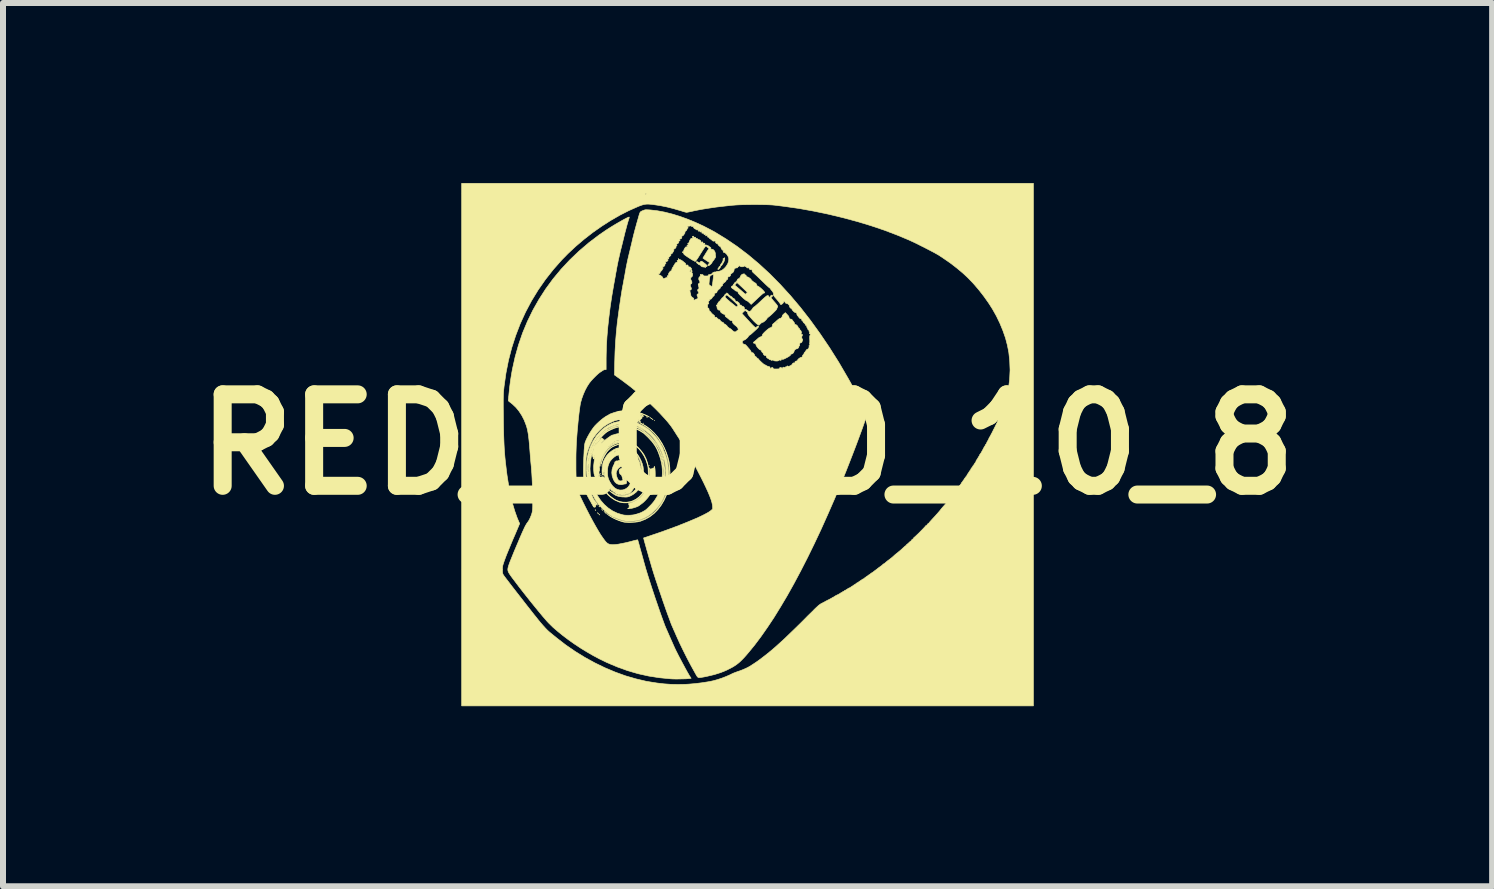
<source format=kicad_pcb>
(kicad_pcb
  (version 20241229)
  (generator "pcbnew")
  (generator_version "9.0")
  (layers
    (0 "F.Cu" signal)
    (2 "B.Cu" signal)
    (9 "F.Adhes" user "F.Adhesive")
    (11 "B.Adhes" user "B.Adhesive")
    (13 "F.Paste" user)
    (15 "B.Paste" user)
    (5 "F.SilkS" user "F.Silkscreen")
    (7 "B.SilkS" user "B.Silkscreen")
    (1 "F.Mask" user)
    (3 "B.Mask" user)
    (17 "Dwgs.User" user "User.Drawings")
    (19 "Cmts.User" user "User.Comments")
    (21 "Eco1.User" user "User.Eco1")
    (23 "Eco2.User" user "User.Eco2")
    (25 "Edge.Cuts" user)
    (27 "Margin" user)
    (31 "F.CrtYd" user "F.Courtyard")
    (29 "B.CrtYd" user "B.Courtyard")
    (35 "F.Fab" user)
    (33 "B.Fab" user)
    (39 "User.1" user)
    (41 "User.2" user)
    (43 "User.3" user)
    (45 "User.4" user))
  (footprint "RED_LOGO_10_8"
    (layer "F.Cu")
    (at 9.405 4.355)
    (property "Reference" "RED_LOGO_10_8" (at 0 0 0) (layer "F.SilkS") (effects (font (size 1.524 1.524) (thickness 0.3))))
    (attr through_hole)
    (fp_poly (pts (xy -2.534 1.089) (xy -2.537 1.092) (xy -2.54 1.089) (xy -2.537 1.086) (xy -2.534 1.089)) (stroke (width 0.01) (type solid)) (fill yes) (layer "F.SilkS"))
    (fp_poly (pts (xy -2.527 1.102) (xy -2.53 1.105) (xy -2.534 1.102) (xy -2.53 1.099) (xy -2.527 1.102)) (stroke (width 0.01) (type solid)) (fill yes) (layer "F.SilkS"))
    (fp_poly (pts (xy -2.502 1.006) (xy -2.505 1.01) (xy -2.508 1.006) (xy -2.505 1.003) (xy -2.502 1.006)) (stroke (width 0.01) (type solid)) (fill yes) (layer "F.SilkS"))
    (fp_poly (pts (xy -2.489 1.006) (xy -2.492 1.01) (xy -2.496 1.006) (xy -2.492 1.003) (xy -2.489 1.006)) (stroke (width 0.01) (type solid)) (fill yes) (layer "F.SilkS"))
    (fp_poly (pts (xy -2.457 0.498) (xy -2.461 0.502) (xy -2.464 0.498) (xy -2.461 0.495) (xy -2.457 0.498)) (stroke (width 0.01) (type solid)) (fill yes) (layer "F.SilkS"))
    (fp_poly (pts (xy -2.445 0.486) (xy -2.448 0.489) (xy -2.451 0.486) (xy -2.448 0.483) (xy -2.445 0.486)) (stroke (width 0.01) (type solid)) (fill yes) (layer "F.SilkS"))
    (fp_poly (pts (xy -2.432 1.076) (xy -2.435 1.079) (xy -2.438 1.076) (xy -2.435 1.073) (xy -2.432 1.076)) (stroke (width 0.01) (type solid)) (fill yes) (layer "F.SilkS"))
    (fp_poly (pts (xy -2.4 0.562) (xy -2.403 0.565) (xy -2.407 0.562) (xy -2.403 0.559) (xy -2.4 0.562)) (stroke (width 0.01) (type solid)) (fill yes) (layer "F.SilkS"))
    (fp_poly (pts (xy -2.394 0.543) (xy -2.397 0.546) (xy -2.4 0.543) (xy -2.397 0.54) (xy -2.394 0.543)) (stroke (width 0.01) (type solid)) (fill yes) (layer "F.SilkS"))
    (fp_poly (pts (xy -2.362 0.67) (xy -2.365 0.673) (xy -2.369 0.67) (xy -2.365 0.667) (xy -2.362 0.67)) (stroke (width 0.01) (type solid)) (fill yes) (layer "F.SilkS"))
    (fp_poly (pts (xy -2.356 0.683) (xy -2.359 0.686) (xy -2.362 0.683) (xy -2.359 0.679) (xy -2.356 0.683)) (stroke (width 0.01) (type solid)) (fill yes) (layer "F.SilkS"))
    (fp_poly (pts (xy -2.349 0.695) (xy -2.353 0.699) (xy -2.356 0.695) (xy -2.353 0.692) (xy -2.349 0.695)) (stroke (width 0.01) (type solid)) (fill yes) (layer "F.SilkS"))
    (fp_poly (pts (xy -2.216 0.295) (xy -2.219 0.298) (xy -2.223 0.295) (xy -2.219 0.292) (xy -2.216 0.295)) (stroke (width 0.01) (type solid)) (fill yes) (layer "F.SilkS"))
    (fp_poly (pts (xy -2.064 -0.086) (xy -2.067 -0.083) (xy -2.07 -0.086) (xy -2.067 -0.089) (xy -2.064 -0.086)) (stroke (width 0.01) (type solid)) (fill yes) (layer "F.SilkS"))
    (fp_poly (pts (xy -2.051 -0.098) (xy -2.054 -0.095) (xy -2.057 -0.098) (xy -2.054 -0.102) (xy -2.051 -0.098)) (stroke (width 0.01) (type solid)) (fill yes) (layer "F.SilkS"))
    (fp_poly (pts (xy -1.975 0.092) (xy -1.978 0.095) (xy -1.981 0.092) (xy -1.978 0.089) (xy -1.975 0.092)) (stroke (width 0.01) (type solid)) (fill yes) (layer "F.SilkS"))
    (fp_poly (pts (xy -1.962 0.098) (xy -1.965 0.102) (xy -1.968 0.098) (xy -1.965 0.095) (xy -1.962 0.098)) (stroke (width 0.01) (type solid)) (fill yes) (layer "F.SilkS"))
    (fp_poly (pts (xy -1.835 -0.378) (xy -1.838 -0.375) (xy -1.841 -0.378) (xy -1.838 -0.381) (xy -1.835 -0.378)) (stroke (width 0.01) (type solid)) (fill yes) (layer "F.SilkS"))
    (fp_poly (pts (xy -1.816 -0.371) (xy -1.819 -0.368) (xy -1.822 -0.371) (xy -1.819 -0.375) (xy -1.816 -0.371)) (stroke (width 0.01) (type solid)) (fill yes) (layer "F.SilkS"))
    (fp_poly (pts (xy -1.803 -0.365) (xy -1.807 -0.362) (xy -1.81 -0.365) (xy -1.807 -0.368) (xy -1.803 -0.365)) (stroke (width 0.01) (type solid)) (fill yes) (layer "F.SilkS"))
    (fp_poly (pts (xy -1.791 0.581) (xy -1.794 0.584) (xy -1.797 0.581) (xy -1.794 0.578) (xy -1.791 0.581)) (stroke (width 0.01) (type solid)) (fill yes) (layer "F.SilkS"))
    (fp_poly (pts (xy -1.791 0.594) (xy -1.794 0.597) (xy -1.797 0.594) (xy -1.794 0.591) (xy -1.791 0.594)) (stroke (width 0.01) (type solid)) (fill yes) (layer "F.SilkS"))
    (fp_poly (pts (xy -1.765 0.702) (xy -1.768 0.705) (xy -1.772 0.702) (xy -1.768 0.699) (xy -1.765 0.702)) (stroke (width 0.01) (type solid)) (fill yes) (layer "F.SilkS"))
    (fp_poly (pts (xy -1.746 0.657) (xy -1.749 0.66) (xy -1.753 0.657) (xy -1.749 0.654) (xy -1.746 0.657)) (stroke (width 0.01) (type solid)) (fill yes) (layer "F.SilkS"))
    (fp_poly (pts (xy -1.734 -0.352) (xy -1.737 -0.349) (xy -1.74 -0.352) (xy -1.737 -0.356) (xy -1.734 -0.352)) (stroke (width 0.01) (type solid)) (fill yes) (layer "F.SilkS"))
    (fp_poly (pts (xy -1.683 -0.46) (xy -1.686 -0.457) (xy -1.689 -0.46) (xy -1.686 -0.464) (xy -1.683 -0.46)) (stroke (width 0.01) (type solid)) (fill yes) (layer "F.SilkS"))
    (fp_poly (pts (xy -1.67 -0.448) (xy -1.673 -0.445) (xy -1.676 -0.448) (xy -1.673 -0.451) (xy -1.67 -0.448)) (stroke (width 0.01) (type solid)) (fill yes) (layer "F.SilkS"))
    (fp_poly (pts (xy -1.638 0.352) (xy -1.641 0.356) (xy -1.645 0.352) (xy -1.641 0.349) (xy -1.638 0.352)) (stroke (width 0.01) (type solid)) (fill yes) (layer "F.SilkS"))
    (fp_poly (pts (xy -1.549 -0.397) (xy -1.553 -0.394) (xy -1.556 -0.397) (xy -1.553 -0.4) (xy -1.549 -0.397)) (stroke (width 0.01) (type solid)) (fill yes) (layer "F.SilkS"))
    (fp_poly (pts (xy -2.441 0.348) (xy -2.44 0.361) (xy -2.441 0.364) (xy -2.443 0.364) (xy -2.444 0.356) (xy -2.443 0.347) (xy -2.441 0.348)) (stroke (width 0.01) (type solid)) (fill yes) (layer "F.SilkS"))
    (fp_poly (pts (xy -2.44 0.513) (xy -2.44 0.523) (xy -2.441 0.525) (xy -2.444 0.523) (xy -2.444 0.517) (xy -2.443 0.51) (xy -2.44 0.513)) (stroke (width 0.01) (type solid)) (fill yes) (layer "F.SilkS"))
    (fp_poly (pts (xy -2.434 0.542) (xy -2.433 0.549) (xy -2.434 0.55) (xy -2.438 0.549) (xy -2.438 0.546) (xy -2.436 0.541) (xy -2.434 0.542)) (stroke (width 0.01) (type solid)) (fill yes) (layer "F.SilkS"))
    (fp_poly (pts (xy -2.409 0.532) (xy -2.408 0.542) (xy -2.409 0.544) (xy -2.412 0.542) (xy -2.412 0.536) (xy -2.411 0.529) (xy -2.409 0.532)) (stroke (width 0.01) (type solid)) (fill yes) (layer "F.SilkS"))
    (fp_poly (pts (xy -2.396 0.576) (xy -2.395 0.589) (xy -2.396 0.592) (xy -2.398 0.593) (xy -2.399 0.584) (xy -2.398 0.575) (xy -2.396 0.576)) (stroke (width 0.01) (type solid)) (fill yes) (layer "F.SilkS"))
    (fp_poly (pts (xy -2.471 1.031) (xy -2.464 1.037) (xy -2.464 1.039) (xy -2.467 1.041) (xy -2.473 1.035) (xy -2.474 1.034) (xy -2.475 1.03) (xy -2.471 1.031)) (stroke (width 0.01) (type solid)) (fill yes) (layer "F.SilkS"))
    (fp_poly (pts (xy -2.471 1.165) (xy -2.464 1.171) (xy -2.466 1.175) (xy -2.467 1.175) (xy -2.472 1.17) (xy -2.474 1.167) (xy -2.475 1.163) (xy -2.471 1.165)) (stroke (width 0.01) (type solid)) (fill yes) (layer "F.SilkS"))
    (fp_poly (pts (xy -2.42 1.088) (xy -2.414 1.095) (xy -2.415 1.098) (xy -2.416 1.099) (xy -2.421 1.094) (xy -2.423 1.091) (xy -2.424 1.087) (xy -2.42 1.088)) (stroke (width 0.01) (type solid)) (fill yes) (layer "F.SilkS"))
    (fp_poly (pts (xy -2.325 0.739) (xy -2.318 0.746) (xy -2.32 0.749) (xy -2.321 0.749) (xy -2.326 0.745) (xy -2.328 0.742) (xy -2.329 0.738) (xy -2.325 0.739)) (stroke (width 0.01) (type solid)) (fill yes) (layer "F.SilkS"))
    (fp_poly (pts (xy -1.755 0.677) (xy -1.757 0.682) (xy -1.762 0.691) (xy -1.765 0.69) (xy -1.765 0.686) (xy -1.761 0.678) (xy -1.759 0.676) (xy -1.755 0.677)) (stroke (width 0.01) (type solid)) (fill yes) (layer "F.SilkS"))
    (fp_poly (pts (xy -1.62 -0.448) (xy -1.613 -0.442) (xy -1.615 -0.438) (xy -1.616 -0.438) (xy -1.621 -0.443) (xy -1.623 -0.445) (xy -1.624 -0.45) (xy -1.62 -0.448)) (stroke (width 0.01) (type solid)) (fill yes) (layer "F.SilkS"))
    (fp_poly (pts (xy -1.601 -0.436) (xy -1.594 -0.429) (xy -1.596 -0.426) (xy -1.597 -0.425) (xy -1.602 -0.43) (xy -1.604 -0.433) (xy -1.605 -0.437) (xy -1.601 -0.436)) (stroke (width 0.01) (type solid)) (fill yes) (layer "F.SilkS"))
    (fp_poly (pts (xy -1.582 -0.423) (xy -1.575 -0.416) (xy -1.577 -0.413) (xy -1.578 -0.413) (xy -1.583 -0.417) (xy -1.585 -0.42) (xy -1.586 -0.424) (xy -1.582 -0.423)) (stroke (width 0.01) (type solid)) (fill yes) (layer "F.SilkS"))
    (fp_poly (pts (xy -2.499 1.139) (xy -2.494 1.142) (xy -2.485 1.15) (xy -2.483 1.153) (xy -2.486 1.155) (xy -2.494 1.147) (xy -2.496 1.145) (xy -2.502 1.137) (xy -2.499 1.139)) (stroke (width 0.01) (type solid)) (fill yes) (layer "F.SilkS"))
    (fp_poly (pts (xy -2.373 1.13) (xy -2.36 1.142) (xy -2.356 1.148) (xy -2.358 1.149) (xy -2.363 1.145) (xy -2.373 1.135) (xy -2.375 1.132) (xy -2.391 1.114) (xy -2.373 1.13)) (stroke (width 0.01) (type solid)) (fill yes) (layer "F.SilkS"))
    (fp_poly (pts (xy -2.346 1.151) (xy -2.342 1.155) (xy -2.333 1.163) (xy -2.33 1.166) (xy -2.334 1.168) (xy -2.342 1.16) (xy -2.344 1.157) (xy -2.349 1.15) (xy -2.346 1.151)) (stroke (width 0.01) (type solid)) (fill yes) (layer "F.SilkS"))
    (fp_poly (pts (xy -1.786 0.734) (xy -1.788 0.737) (xy -1.794 0.743) (xy -1.795 0.743) (xy -1.795 0.739) (xy -1.794 0.737) (xy -1.788 0.731) (xy -1.787 0.73) (xy -1.786 0.734)) (stroke (width 0.01) (type solid)) (fill yes) (layer "F.SilkS"))
    (fp_poly (pts (xy -1.778 -0.376) (xy -1.778 -0.375) (xy -1.783 -0.369) (xy -1.785 -0.368) (xy -1.789 -0.372) (xy -1.788 -0.375) (xy -1.782 -0.381) (xy -1.781 -0.381) (xy -1.778 -0.376)) (stroke (width 0.01) (type solid)) (fill yes) (layer "F.SilkS"))
    (fp_poly (pts (xy -1.774 0.715) (xy -1.775 0.718) (xy -1.781 0.724) (xy -1.782 0.724) (xy -1.782 0.72) (xy -1.781 0.718) (xy -1.775 0.711) (xy -1.774 0.711) (xy -1.774 0.715)) (stroke (width 0.01) (type solid)) (fill yes) (layer "F.SilkS"))
    (fp_poly (pts (xy -2.389 0.612) (xy -2.389 0.613) (xy -2.384 0.622) (xy -2.378 0.635) (xy -2.373 0.649) (xy -2.371 0.659) (xy -2.372 0.66) (xy -2.376 0.655) (xy -2.382 0.643) (xy -2.389 0.623) (xy -2.392 0.613) (xy -2.392 0.61) (xy -2.389 0.612)) (stroke (width 0.01) (type solid)) (fill yes) (layer "F.SilkS"))
    (fp_poly (pts (xy -0.449 -2.968) (xy -0.451 -2.956) (xy -0.462 -2.938) (xy -0.475 -2.923) (xy -0.486 -2.915) (xy -0.494 -2.917) (xy -0.495 -2.923) (xy -0.49 -2.933) (xy -0.485 -2.936) (xy -0.479 -2.942) (xy -0.479 -2.946) (xy -0.478 -2.954) (xy -0.47 -2.964) (xy -0.461 -2.971) (xy -0.457 -2.972) (xy -0.449 -2.968)) (stroke (width 0.01) (type solid)) (fill yes) (layer "F.SilkS"))
    (fp_poly (pts (xy -2.142 -0.004) (xy -2.152 0.001) (xy -2.173 0.009) (xy -2.184 0.013) (xy -2.223 0.028) (xy -2.255 0.044) (xy -2.283 0.064) (xy -2.312 0.091) (xy -2.32 0.099) (xy -2.343 0.126) (xy -2.366 0.162) (xy -2.389 0.202) (xy -2.409 0.243) (xy -2.423 0.28) (xy -2.427 0.295) (xy -2.432 0.315) (xy -2.437 0.329) (xy -2.439 0.333) (xy -2.44 0.33) (xy -2.439 0.317) (xy -2.435 0.298) (xy -2.434 0.295) (xy -2.421 0.246) (xy -2.406 0.206) (xy -2.387 0.17) (xy -2.365 0.139) (xy -2.323 0.089) (xy -2.278 0.05) (xy -2.228 0.021) (xy -2.179 0.003) (xy -2.155 -0.004) (xy -2.143 -0.006) (xy -2.142 -0.004)) (stroke (width 0.01) (type solid)) (fill yes) (layer "F.SilkS"))
    (fp_poly (pts (xy -0.38 -3.104) (xy -0.381 -3.091) (xy -0.384 -3.074) (xy -0.388 -3.057) (xy -0.394 -3.043) (xy -0.395 -3.041) (xy -0.414 -3.008) (xy -0.428 -2.986) (xy -0.438 -2.975) (xy -0.446 -2.972) (xy -0.451 -2.977) (xy -0.453 -2.981) (xy -0.451 -2.991) (xy -0.443 -3.004) (xy -0.441 -3.007) (xy -0.431 -3.019) (xy -0.426 -3.028) (xy -0.425 -3.029) (xy -0.421 -3.035) (xy -0.419 -3.035) (xy -0.415 -3.04) (xy -0.416 -3.048) (xy -0.416 -3.058) (xy -0.407 -3.061) (xy -0.407 -3.061) (xy -0.398 -3.062) (xy -0.398 -3.066) (xy -0.404 -3.077) (xy -0.41 -3.088) (xy -0.409 -3.093) (xy -0.402 -3.097) (xy -0.39 -3.104) (xy -0.386 -3.108) (xy -0.382 -3.111) (xy -0.38 -3.104)) (stroke (width 0.01) (type solid)) (fill yes) (layer "F.SilkS"))
    (fp_poly (pts (xy -0.755 -3.047) (xy -0.736 -3.034) (xy -0.723 -3.024) (xy -0.698 -3.004) (xy -0.683 -2.989) (xy -0.676 -2.978) (xy -0.675 -2.973) (xy -0.677 -2.963) (xy -0.685 -2.962) (xy -0.687 -2.963) (xy -0.696 -2.962) (xy -0.699 -2.956) (xy -0.702 -2.948) (xy -0.705 -2.946) (xy -0.711 -2.951) (xy -0.711 -2.953) (xy -0.716 -2.957) (xy -0.723 -2.956) (xy -0.738 -2.956) (xy -0.755 -2.96) (xy -0.77 -2.968) (xy -0.78 -2.977) (xy -0.781 -2.981) (xy -0.786 -2.989) (xy -0.796 -2.991) (xy -0.81 -2.995) (xy -0.824 -3.007) (xy -0.824 -3.007) (xy -0.836 -3.018) (xy -0.844 -3.023) (xy -0.845 -3.023) (xy -0.85 -3.028) (xy -0.851 -3.035) (xy -0.85 -3.044) (xy -0.847 -3.047) (xy -0.837 -3.044) (xy -0.821 -3.035) (xy -0.806 -3.027) (xy -0.797 -3.026) (xy -0.793 -3.03) (xy -0.784 -3.044) (xy -0.777 -3.052) (xy -0.768 -3.053) (xy -0.755 -3.047)) (stroke (width 0.01) (type solid)) (fill yes) (layer "F.SilkS"))
    (fp_poly (pts (xy -1.863 0.131) (xy -1.837 0.161) (xy -1.812 0.198) (xy -1.796 0.226) (xy -1.771 0.277) (xy -1.753 0.324) (xy -1.741 0.369) (xy -1.735 0.417) (xy -1.733 0.471) (xy -1.733 0.492) (xy -1.733 0.534) (xy -1.734 0.564) (xy -1.735 0.585) (xy -1.736 0.598) (xy -1.738 0.604) (xy -1.741 0.605) (xy -1.742 0.605) (xy -1.745 0.608) (xy -1.745 0.62) (xy -1.744 0.623) (xy -1.743 0.635) (xy -1.743 0.638) (xy -1.744 0.637) (xy -1.748 0.639) (xy -1.756 0.651) (xy -1.767 0.669) (xy -1.777 0.687) (xy -1.813 0.746) (xy -1.856 0.795) (xy -1.907 0.834) (xy -1.928 0.846) (xy -1.958 0.861) (xy -1.984 0.871) (xy -2.008 0.876) (xy -2.036 0.877) (xy -2.071 0.875) (xy -2.082 0.875) (xy -2.126 0.87) (xy -2.163 0.861) (xy -2.197 0.848) (xy -2.23 0.828) (xy -2.265 0.803) (xy -2.287 0.785) (xy -2.304 0.771) (xy -2.315 0.762) (xy -2.318 0.759) (xy -2.313 0.761) (xy -2.3 0.769) (xy -2.281 0.781) (xy -2.272 0.788) (xy -2.214 0.821) (xy -2.157 0.842) (xy -2.1 0.851) (xy -2.042 0.847) (xy -2.004 0.838) (xy -1.951 0.818) (xy -1.905 0.787) (xy -1.867 0.751) (xy -1.847 0.726) (xy -1.828 0.699) (xy -1.812 0.671) (xy -1.8 0.646) (xy -1.796 0.632) (xy -1.792 0.62) (xy -1.789 0.615) (xy -1.784 0.607) (xy -1.781 0.593) (xy -1.779 0.58) (xy -1.778 0.575) (xy -1.776 0.569) (xy -1.774 0.551) (xy -1.771 0.524) (xy -1.768 0.488) (xy -1.768 0.484) (xy -1.766 0.46) (xy -1.766 0.438) (xy -1.767 0.415) (xy -1.77 0.388) (xy -1.775 0.354) (xy -1.781 0.311) (xy -1.782 0.308) (xy -1.788 0.286) (xy -1.8 0.256) (xy -1.815 0.222) (xy -1.833 0.188) (xy -1.851 0.158) (xy -1.868 0.133) (xy -1.868 0.133) (xy -1.9 0.092) (xy -1.863 0.131)) (stroke (width 0.01) (type solid)) (fill yes) (layer "F.SilkS"))
    (fp_poly (pts (xy -1.549 0.373) (xy -1.548 0.375) (xy -1.544 0.392) (xy -1.541 0.418) (xy -1.539 0.451) (xy -1.538 0.488) (xy -1.538 0.525) (xy -1.54 0.56) (xy -1.542 0.589) (xy -1.543 0.591) (xy -1.551 0.633) (xy -1.563 0.681) (xy -1.579 0.73) (xy -1.596 0.777) (xy -1.612 0.812) (xy -1.633 0.848) (xy -1.662 0.887) (xy -1.695 0.925) (xy -1.729 0.959) (xy -1.753 0.979) (xy -1.773 0.994) (xy -1.79 1.006) (xy -1.8 1.014) (xy -1.801 1.015) (xy -1.823 1.029) (xy -1.854 1.042) (xy -1.89 1.054) (xy -1.928 1.064) (xy -1.965 1.069) (xy -1.966 1.069) (xy -1.988 1.071) (xy -1.998 1.071) (xy -1.997 1.069) (xy -1.989 1.066) (xy -1.975 1.061) (xy -1.972 1.056) (xy -1.975 1.051) (xy -1.979 1.043) (xy -1.972 1.041) (xy -1.971 1.041) (xy -1.963 1.04) (xy -1.968 1.036) (xy -1.968 1.036) (xy -1.973 1.028) (xy -1.973 1.024) (xy -1.973 1.015) (xy -1.978 1.001) (xy -1.983 0.991) (xy -1.981 0.985) (xy -1.971 0.981) (xy -1.96 0.978) (xy -1.93 0.968) (xy -1.894 0.951) (xy -1.857 0.931) (xy -1.822 0.908) (xy -1.793 0.886) (xy -1.791 0.885) (xy -1.748 0.839) (xy -1.711 0.786) (xy -1.68 0.729) (xy -1.665 0.689) (xy -1.65 0.638) (xy -1.64 0.591) (xy -1.634 0.546) (xy -1.632 0.495) (xy -1.633 0.459) (xy -1.633 0.424) (xy -1.633 0.416) (xy -1.568 0.416) (xy -1.565 0.419) (xy -1.562 0.416) (xy -1.565 0.413) (xy -1.568 0.416) (xy -1.633 0.416) (xy -1.633 0.401) (xy -1.632 0.39) (xy -1.63 0.392) (xy -1.629 0.392) (xy -1.625 0.405) (xy -1.623 0.411) (xy -1.616 0.411) (xy -1.603 0.407) (xy -1.588 0.402) (xy -1.577 0.396) (xy -1.575 0.393) (xy -1.571 0.39) (xy -1.565 0.394) (xy -1.559 0.397) (xy -1.556 0.392) (xy -1.555 0.38) (xy -1.555 0.366) (xy -1.553 0.364) (xy -1.549 0.373)) (stroke (width 0.01) (type solid)) (fill yes) (layer "F.SilkS"))
    (fp_poly (pts (xy -1.779 -0.356) (xy -1.76 -0.347) (xy -1.755 -0.344) (xy -1.687 -0.304) (xy -1.62 -0.253) (xy -1.555 -0.192) (xy -1.495 -0.123) (xy -1.467 -0.085) (xy -1.424 -0.018) (xy -1.385 0.057) (xy -1.351 0.138) (xy -1.324 0.22) (xy -1.318 0.244) (xy -1.31 0.274) (xy -1.305 0.3) (xy -1.301 0.326) (xy -1.298 0.354) (xy -1.295 0.387) (xy -1.293 0.428) (xy -1.291 0.464) (xy -1.292 0.569) (xy -1.302 0.668) (xy -1.323 0.763) (xy -1.355 0.854) (xy -1.388 0.927) (xy -1.437 1.011) (xy -1.494 1.086) (xy -1.557 1.15) (xy -1.626 1.204) (xy -1.702 1.247) (xy -1.783 1.279) (xy -1.797 1.283) (xy -1.83 1.29) (xy -1.872 1.295) (xy -1.919 1.298) (xy -1.966 1.3) (xy -2.011 1.299) (xy -2.05 1.296) (xy -2.068 1.292) (xy -2.107 1.281) (xy -2.152 1.265) (xy -2.199 1.246) (xy -2.242 1.225) (xy -2.278 1.205) (xy -2.28 1.204) (xy -2.3 1.19) (xy -2.316 1.179) (xy -2.324 1.172) (xy -2.324 1.171) (xy -2.319 1.173) (xy -2.307 1.18) (xy -2.295 1.188) (xy -2.276 1.2) (xy -2.249 1.214) (xy -2.221 1.229) (xy -2.212 1.233) (xy -2.129 1.265) (xy -2.045 1.285) (xy -1.962 1.292) (xy -1.879 1.287) (xy -1.798 1.269) (xy -1.718 1.239) (xy -1.716 1.238) (xy -1.659 1.209) (xy -1.611 1.178) (xy -1.568 1.144) (xy -1.525 1.101) (xy -1.523 1.099) (xy -1.462 1.025) (xy -1.41 0.944) (xy -1.368 0.855) (xy -1.335 0.762) (xy -1.313 0.663) (xy -1.301 0.562) (xy -1.299 0.459) (xy -1.309 0.355) (xy -1.329 0.251) (xy -1.33 0.248) (xy -1.339 0.212) (xy -1.35 0.175) (xy -1.36 0.141) (xy -1.37 0.112) (xy -1.378 0.091) (xy -1.381 0.085) (xy -1.388 0.071) (xy -1.391 0.062) (xy -1.391 0.062) (xy -1.394 0.054) (xy -1.403 0.038) (xy -1.416 0.015) (xy -1.432 -0.011) (xy -1.449 -0.039) (xy -1.466 -0.067) (xy -1.482 -0.092) (xy -1.496 -0.112) (xy -1.502 -0.121) (xy -1.564 -0.193) (xy -1.635 -0.257) (xy -1.714 -0.313) (xy -1.773 -0.346) (xy -1.789 -0.355) (xy -1.795 -0.36) (xy -1.791 -0.36) (xy -1.779 -0.356)) (stroke (width 0.01) (type solid)) (fill yes) (layer "F.SilkS"))
    (fp_poly (pts (xy -0.052 -2.842) (xy -0.051 -2.836) (xy -0.045 -2.828) (xy -0.037 -2.825) (xy -0.025 -2.819) (xy -0.022 -2.807) (xy -0.019 -2.795) (xy -0.01 -2.792) (xy -0.007 -2.792) (xy 0.006 -2.79) (xy 0.023 -2.78) (xy 0.041 -2.767) (xy 0.055 -2.754) (xy 0.063 -2.742) (xy 0.064 -2.74) (xy 0.066 -2.731) (xy 0.069 -2.731) (xy 0.076 -2.727) (xy 0.089 -2.717) (xy 0.095 -2.711) (xy 0.11 -2.7) (xy 0.121 -2.693) (xy 0.124 -2.692) (xy 0.135 -2.687) (xy 0.146 -2.674) (xy 0.153 -2.657) (xy 0.153 -2.655) (xy 0.16 -2.642) (xy 0.169 -2.638) (xy 0.18 -2.634) (xy 0.197 -2.622) (xy 0.218 -2.606) (xy 0.239 -2.587) (xy 0.259 -2.568) (xy 0.274 -2.55) (xy 0.284 -2.537) (xy 0.286 -2.532) (xy 0.283 -2.523) (xy 0.276 -2.524) (xy 0.268 -2.522) (xy 0.255 -2.513) (xy 0.235 -2.496) (xy 0.207 -2.471) (xy 0.171 -2.438) (xy 0.163 -2.43) (xy 0.06 -2.333) (xy 0.03 -2.363) (xy 0.012 -2.379) (xy -0.003 -2.39) (xy -0.013 -2.394) (xy -0.023 -2.398) (xy -0.038 -2.41) (xy -0.059 -2.426) (xy -0.081 -2.446) (xy -0.104 -2.468) (xy -0.125 -2.488) (xy -0.142 -2.506) (xy -0.153 -2.52) (xy -0.156 -2.526) (xy -0.161 -2.544) (xy -0.174 -2.552) (xy -0.181 -2.553) (xy -0.195 -2.557) (xy -0.211 -2.569) (xy -0.214 -2.572) (xy -0.227 -2.584) (xy -0.237 -2.59) (xy -0.239 -2.591) (xy -0.247 -2.595) (xy -0.259 -2.605) (xy -0.26 -2.606) (xy -0.27 -2.618) (xy -0.27 -2.627) (xy -0.267 -2.632) (xy -0.256 -2.64) (xy -0.25 -2.642) (xy -0.242 -2.645) (xy -0.241 -2.648) (xy -0.238 -2.656) (xy -0.215 -2.656) (xy -0.192 -2.637) (xy -0.178 -2.625) (xy -0.158 -2.608) (xy -0.133 -2.587) (xy -0.106 -2.564) (xy -0.102 -2.56) (xy -0.035 -2.502) (xy -0.019 -2.518) (xy -0.003 -2.535) (xy -0.089 -2.617) (xy -0.116 -2.642) (xy -0.14 -2.665) (xy -0.16 -2.683) (xy -0.173 -2.694) (xy -0.179 -2.699) (xy -0.179 -2.699) (xy -0.184 -2.694) (xy -0.184 -2.692) (xy -0.188 -2.683) (xy -0.199 -2.671) (xy -0.2 -2.67) (xy -0.215 -2.656) (xy -0.238 -2.656) (xy -0.238 -2.657) (xy -0.229 -2.671) (xy -0.219 -2.686) (xy -0.211 -2.696) (xy -0.209 -2.698) (xy -0.198 -2.705) (xy -0.185 -2.718) (xy -0.175 -2.73) (xy -0.171 -2.738) (xy -0.166 -2.752) (xy -0.153 -2.761) (xy -0.145 -2.762) (xy -0.135 -2.767) (xy -0.133 -2.772) (xy -0.13 -2.78) (xy -0.127 -2.781) (xy -0.122 -2.787) (xy -0.121 -2.793) (xy -0.116 -2.806) (xy -0.105 -2.821) (xy -0.092 -2.833) (xy -0.08 -2.838) (xy -0.08 -2.838) (xy -0.066 -2.841) (xy -0.061 -2.842) (xy -0.052 -2.842)) (stroke (width 0.01) (type solid)) (fill yes) (layer "F.SilkS"))
    (fp_poly (pts (xy -0.897 -3.465) (xy -0.898 -3.457) (xy -0.897 -3.447) (xy -0.895 -3.445) (xy -0.889 -3.445) (xy -0.889 -3.448) (xy -0.884 -3.453) (xy -0.876 -3.454) (xy -0.866 -3.45) (xy -0.864 -3.442) (xy -0.86 -3.433) (xy -0.851 -3.433) (xy -0.839 -3.432) (xy -0.834 -3.427) (xy -0.827 -3.418) (xy -0.822 -3.416) (xy -0.811 -3.413) (xy -0.796 -3.406) (xy -0.794 -3.405) (xy -0.78 -3.393) (xy -0.775 -3.378) (xy -0.775 -3.376) (xy -0.774 -3.364) (xy -0.77 -3.363) (xy -0.765 -3.368) (xy -0.753 -3.375) (xy -0.745 -3.37) (xy -0.743 -3.36) (xy -0.74 -3.352) (xy -0.73 -3.351) (xy -0.726 -3.351) (xy -0.715 -3.353) (xy -0.712 -3.347) (xy -0.714 -3.337) (xy -0.716 -3.325) (xy -0.711 -3.322) (xy -0.702 -3.324) (xy -0.69 -3.325) (xy -0.686 -3.321) (xy -0.68 -3.316) (xy -0.671 -3.315) (xy -0.655 -3.31) (xy -0.645 -3.302) (xy -0.631 -3.291) (xy -0.621 -3.286) (xy -0.612 -3.279) (xy -0.611 -3.267) (xy -0.612 -3.256) (xy -0.605 -3.253) (xy -0.595 -3.253) (xy -0.576 -3.249) (xy -0.559 -3.234) (xy -0.545 -3.213) (xy -0.537 -3.188) (xy -0.536 -3.176) (xy -0.536 -3.157) (xy -0.533 -3.143) (xy -0.532 -3.139) (xy -0.531 -3.13) (xy -0.535 -3.116) (xy -0.541 -3.104) (xy -0.548 -3.099) (xy -0.552 -3.094) (xy -0.552 -3.09) (xy -0.557 -3.08) (xy -0.567 -3.066) (xy -0.572 -3.061) (xy -0.583 -3.047) (xy -0.59 -3.035) (xy -0.591 -3.033) (xy -0.595 -3.024) (xy -0.606 -3.011) (xy -0.615 -3.002) (xy -0.636 -2.984) (xy -0.652 -2.978) (xy -0.663 -2.982) (xy -0.661 -2.989) (xy -0.653 -3.001) (xy -0.648 -3.007) (xy -0.628 -3.027) (xy -0.685 -3.064) (xy -0.709 -3.08) (xy -0.727 -3.093) (xy -0.74 -3.102) (xy -0.743 -3.105) (xy -0.74 -3.111) (xy -0.731 -3.126) (xy -0.717 -3.148) (xy -0.701 -3.174) (xy -0.693 -3.188) (xy -0.642 -3.267) (xy -0.664 -3.282) (xy -0.678 -3.293) (xy -0.685 -3.301) (xy -0.686 -3.303) (xy -0.688 -3.309) (xy -0.694 -3.307) (xy -0.705 -3.295) (xy -0.722 -3.273) (xy -0.743 -3.241) (xy -0.77 -3.198) (xy -0.781 -3.181) (xy -0.809 -3.136) (xy -0.831 -3.101) (xy -0.849 -3.076) (xy -0.862 -3.059) (xy -0.871 -3.05) (xy -0.877 -3.048) (xy -0.881 -3.052) (xy -0.881 -3.053) (xy -0.889 -3.06) (xy -0.894 -3.061) (xy -0.902 -3.064) (xy -0.919 -3.073) (xy -0.943 -3.087) (xy -0.97 -3.105) (xy -0.986 -3.115) (xy -1.018 -3.137) (xy -1.041 -3.153) (xy -1.055 -3.165) (xy -1.063 -3.174) (xy -1.065 -3.18) (xy -1.065 -3.182) (xy -1.066 -3.192) (xy -1.074 -3.194) (xy -1.084 -3.198) (xy -1.086 -3.204) (xy -1.08 -3.211) (xy -1.068 -3.213) (xy -1.057 -3.214) (xy -1.058 -3.218) (xy -1.06 -3.219) (xy -1.064 -3.224) (xy -1.063 -3.234) (xy -1.056 -3.25) (xy -1.055 -3.253) (xy -1.041 -3.277) (xy -1.03 -3.29) (xy -1.019 -3.293) (xy -1.014 -3.292) (xy -1.004 -3.292) (xy -0.999 -3.298) (xy -1.003 -3.305) (xy -1.003 -3.305) (xy -1.01 -3.313) (xy -1.005 -3.32) (xy -0.997 -3.321) (xy -0.988 -3.323) (xy -0.989 -3.33) (xy -0.99 -3.333) (xy -0.996 -3.346) (xy -0.994 -3.352) (xy -0.986 -3.354) (xy -0.976 -3.36) (xy -0.975 -3.366) (xy -0.972 -3.376) (xy -0.965 -3.394) (xy -0.959 -3.405) (xy -0.949 -3.423) (xy -0.939 -3.433) (xy -0.928 -3.435) (xy -0.926 -3.435) (xy -0.912 -3.437) (xy -0.909 -3.444) (xy -0.916 -3.453) (xy -0.92 -3.461) (xy -0.915 -3.467) (xy -0.903 -3.47) (xy -0.897 -3.465)) (stroke (width 0.01) (type solid)) (fill yes) (layer "F.SilkS"))
    (fp_poly (pts (xy 0.661 -2.163) (xy 0.681 -2.141) (xy 0.69 -2.124) (xy 0.691 -2.118) (xy 0.694 -2.102) (xy 0.705 -2.091) (xy 0.722 -2.088) (xy 0.722 -2.088) (xy 0.736 -2.085) (xy 0.747 -2.072) (xy 0.76 -2.054) (xy 0.771 -2.04) (xy 0.781 -2.025) (xy 0.784 -2.012) (xy 0.787 -2.001) (xy 0.798 -1.998) (xy 0.798 -1.998) (xy 0.81 -1.994) (xy 0.824 -1.983) (xy 0.836 -1.968) (xy 0.844 -1.952) (xy 0.845 -1.947) (xy 0.85 -1.939) (xy 0.857 -1.935) (xy 0.868 -1.926) (xy 0.87 -1.918) (xy 0.873 -1.908) (xy 0.878 -1.905) (xy 0.886 -1.899) (xy 0.893 -1.886) (xy 0.898 -1.87) (xy 0.898 -1.857) (xy 0.896 -1.852) (xy 0.889 -1.842) (xy 0.894 -1.836) (xy 0.901 -1.835) (xy 0.914 -1.832) (xy 0.916 -1.824) (xy 0.911 -1.814) (xy 0.903 -1.793) (xy 0.904 -1.771) (xy 0.912 -1.758) (xy 0.919 -1.746) (xy 0.916 -1.732) (xy 0.909 -1.716) (xy 0.906 -1.707) (xy 0.897 -1.697) (xy 0.889 -1.695) (xy 0.876 -1.69) (xy 0.868 -1.676) (xy 0.868 -1.659) (xy 0.868 -1.658) (xy 0.868 -1.647) (xy 0.864 -1.645) (xy 0.858 -1.64) (xy 0.857 -1.635) (xy 0.852 -1.617) (xy 0.84 -1.602) (xy 0.824 -1.594) (xy 0.82 -1.594) (xy 0.802 -1.588) (xy 0.786 -1.574) (xy 0.776 -1.556) (xy 0.775 -1.548) (xy 0.769 -1.534) (xy 0.757 -1.519) (xy 0.74 -1.508) (xy 0.727 -1.505) (xy 0.719 -1.5) (xy 0.718 -1.496) (xy 0.715 -1.488) (xy 0.705 -1.478) (xy 0.688 -1.466) (xy 0.661 -1.45) (xy 0.645 -1.442) (xy 0.616 -1.427) (xy 0.595 -1.419) (xy 0.583 -1.417) (xy 0.578 -1.42) (xy 0.578 -1.422) (xy 0.575 -1.429) (xy 0.57 -1.427) (xy 0.565 -1.418) (xy 0.564 -1.414) (xy 0.559 -1.404) (xy 0.547 -1.402) (xy 0.532 -1.406) (xy 0.523 -1.407) (xy 0.521 -1.401) (xy 0.515 -1.395) (xy 0.501 -1.391) (xy 0.482 -1.39) (xy 0.462 -1.391) (xy 0.444 -1.394) (xy 0.434 -1.4) (xy 0.433 -1.401) (xy 0.426 -1.408) (xy 0.416 -1.405) (xy 0.414 -1.404) (xy 0.401 -1.4) (xy 0.397 -1.403) (xy 0.388 -1.409) (xy 0.381 -1.41) (xy 0.37 -1.412) (xy 0.367 -1.414) (xy 0.361 -1.42) (xy 0.347 -1.429) (xy 0.34 -1.433) (xy 0.322 -1.445) (xy 0.314 -1.458) (xy 0.312 -1.466) (xy 0.309 -1.479) (xy 0.303 -1.482) (xy 0.297 -1.481) (xy 0.284 -1.483) (xy 0.271 -1.494) (xy 0.262 -1.509) (xy 0.26 -1.519) (xy 0.255 -1.529) (xy 0.248 -1.533) (xy 0.237 -1.543) (xy 0.234 -1.554) (xy 0.229 -1.568) (xy 0.217 -1.573) (xy 0.215 -1.574) (xy 0.202 -1.58) (xy 0.186 -1.594) (xy 0.169 -1.612) (xy 0.154 -1.632) (xy 0.143 -1.651) (xy 0.14 -1.663) (xy 0.134 -1.678) (xy 0.12 -1.685) (xy 0.112 -1.686) (xy 0.1 -1.689) (xy 0.098 -1.698) (xy 0.107 -1.709) (xy 0.111 -1.712) (xy 0.125 -1.723) (xy 0.143 -1.738) (xy 0.163 -1.756) (xy 0.164 -1.757) (xy 0.183 -1.774) (xy 0.201 -1.786) (xy 0.212 -1.791) (xy 0.213 -1.791) (xy 0.228 -1.796) (xy 0.242 -1.808) (xy 0.249 -1.823) (xy 0.249 -1.829) (xy 0.253 -1.837) (xy 0.265 -1.851) (xy 0.282 -1.869) (xy 0.303 -1.889) (xy 0.325 -1.908) (xy 0.346 -1.925) (xy 0.364 -1.937) (xy 0.376 -1.944) (xy 0.379 -1.944) (xy 0.392 -1.947) (xy 0.405 -1.958) (xy 0.413 -1.972) (xy 0.414 -1.984) (xy 0.416 -1.997) (xy 0.427 -2.01) (xy 0.432 -2.014) (xy 0.439 -2.019) (xy 0.477 -2.019) (xy 0.484 -2.023) (xy 0.492 -2.032) (xy 0.499 -2.041) (xy 0.5 -2.045) (xy 0.494 -2.041) (xy 0.486 -2.032) (xy 0.478 -2.023) (xy 0.477 -2.019) (xy 0.439 -2.019) (xy 0.446 -2.025) (xy 0.466 -2.042) (xy 0.487 -2.062) (xy 0.491 -2.065) (xy 0.51 -2.082) (xy 0.527 -2.094) (xy 0.538 -2.1) (xy 0.541 -2.1) (xy 0.555 -2.104) (xy 0.568 -2.115) (xy 0.577 -2.13) (xy 0.578 -2.137) (xy 0.583 -2.152) (xy 0.598 -2.169) (xy 0.604 -2.174) (xy 0.63 -2.196) (xy 0.661 -2.163)) (stroke (width 0.01) (type solid)) (fill yes) (layer "F.SilkS"))
    (fp_poly (pts (xy -1.978 -0.564) (xy -1.927 -0.561) (xy -1.884 -0.555) (xy -1.878 -0.553) (xy -1.842 -0.543) (xy -1.802 -0.531) (xy -1.762 -0.517) (xy -1.723 -0.502) (xy -1.688 -0.487) (xy -1.66 -0.473) (xy -1.64 -0.461) (xy -1.635 -0.456) (xy -1.638 -0.457) (xy -1.65 -0.461) (xy -1.67 -0.47) (xy -1.695 -0.482) (xy -1.696 -0.482) (xy -1.729 -0.497) (xy -1.76 -0.509) (xy -1.788 -0.518) (xy -1.81 -0.524) (xy -1.825 -0.525) (xy -1.828 -0.523) (xy -1.825 -0.521) (xy -1.812 -0.517) (xy -1.811 -0.517) (xy -1.797 -0.512) (xy -1.791 -0.507) (xy -1.791 -0.507) (xy -1.787 -0.504) (xy -1.785 -0.504) (xy -1.777 -0.503) (xy -1.768 -0.498) (xy -1.753 -0.491) (xy -1.743 -0.489) (xy -1.736 -0.487) (xy -1.738 -0.485) (xy -1.746 -0.478) (xy -1.742 -0.471) (xy -1.735 -0.467) (xy -1.732 -0.466) (xy -1.741 -0.466) (xy -1.742 -0.466) (xy -1.756 -0.466) (xy -1.763 -0.462) (xy -1.761 -0.455) (xy -1.759 -0.454) (xy -1.756 -0.446) (xy -1.76 -0.436) (xy -1.769 -0.427) (xy -1.775 -0.425) (xy -1.782 -0.423) (xy -1.782 -0.42) (xy -1.783 -0.413) (xy -1.786 -0.411) (xy -1.792 -0.404) (xy -1.794 -0.394) (xy -1.797 -0.381) (xy -1.803 -0.376) (xy -1.809 -0.375) (xy -1.805 -0.381) (xy -1.805 -0.381) (xy -1.798 -0.392) (xy -1.801 -0.397) (xy -1.81 -0.396) (xy -1.819 -0.391) (xy -1.819 -0.387) (xy -1.823 -0.386) (xy -1.836 -0.389) (xy -1.855 -0.394) (xy -1.863 -0.396) (xy -1.835 -0.396) (xy -1.831 -0.397) (xy -1.822 -0.403) (xy -1.814 -0.413) (xy -1.813 -0.418) (xy -1.818 -0.416) (xy -1.827 -0.409) (xy -1.834 -0.4) (xy -1.835 -0.396) (xy -1.863 -0.396) (xy -1.897 -0.404) (xy -1.858 -0.404) (xy -1.858 -0.401) (xy -1.854 -0.4) (xy -1.849 -0.402) (xy -1.85 -0.404) (xy -1.858 -0.405) (xy -1.858 -0.404) (xy -1.897 -0.404) (xy -1.913 -0.408) (xy -1.953 -0.413) (xy -1.873 -0.413) (xy -1.871 -0.408) (xy -1.869 -0.409) (xy -1.868 -0.416) (xy -1.869 -0.417) (xy -1.873 -0.416) (xy -1.873 -0.413) (xy -1.953 -0.413) (xy -1.979 -0.416) (xy -2.05 -0.418) (xy -2.115 -0.414) (xy -2.153 -0.41) (xy -2.184 -0.403) (xy -2.215 -0.394) (xy -2.244 -0.382) (xy -2.324 -0.344) (xy -2.394 -0.298) (xy -2.457 -0.244) (xy -2.466 -0.235) (xy -2.486 -0.214) (xy -2.507 -0.189) (xy -2.528 -0.163) (xy -2.548 -0.137) (xy -2.565 -0.113) (xy -2.578 -0.094) (xy -2.584 -0.082) (xy -2.584 -0.08) (xy -2.587 -0.073) (xy -2.594 -0.058) (xy -2.605 -0.036) (xy -2.613 -0.018) (xy -2.638 0.037) (xy -2.659 0.096) (xy -2.676 0.154) (xy -2.687 0.209) (xy -2.691 0.244) (xy -2.693 0.275) (xy -2.694 0.315) (xy -2.695 0.359) (xy -2.696 0.404) (xy -2.695 0.448) (xy -2.695 0.486) (xy -2.694 0.515) (xy -2.693 0.518) (xy -2.685 0.583) (xy -2.669 0.653) (xy -2.647 0.725) (xy -2.619 0.794) (xy -2.606 0.822) (xy -2.594 0.846) (xy -2.585 0.866) (xy -2.579 0.879) (xy -2.578 0.883) (xy -2.575 0.891) (xy -2.566 0.907) (xy -2.553 0.925) (xy -2.54 0.945) (xy -2.528 0.961) (xy -2.519 0.972) (xy -2.517 0.973) (xy -2.509 0.983) (xy -2.51 0.995) (xy -2.517 1.001) (xy -2.524 1.009) (xy -2.53 1.024) (xy -2.53 1.027) (xy -2.534 1.041) (xy -2.538 1.044) (xy -2.54 1.041) (xy -2.545 1.036) (xy -2.546 1.04) (xy -2.55 1.047) (xy -2.552 1.048) (xy -2.56 1.043) (xy -2.564 1.04) (xy -2.567 1.036) (xy -2.57 1.031) (xy -2.572 1.029) (xy -2.562 1.029) (xy -2.562 1.035) (xy -2.56 1.035) (xy -2.551 1.03) (xy -2.55 1.029) (xy -2.55 1.023) (xy -2.552 1.022) (xy -2.561 1.027) (xy -2.562 1.029) (xy -2.572 1.029) (xy -2.576 1.022) (xy -2.583 1.009) (xy -2.594 0.99) (xy -2.598 0.983) (xy -2.545 0.983) (xy -2.541 0.982) (xy -2.533 0.982) (xy -2.531 0.984) (xy -2.524 0.99) (xy -2.518 0.985) (xy -2.517 0.983) (xy -2.516 0.978) (xy -2.518 0.979) (xy -2.526 0.98) (xy -2.531 0.978) (xy -2.54 0.975) (xy -2.544 0.979) (xy -2.545 0.983) (xy -2.598 0.983) (xy -2.608 0.964) (xy -2.628 0.929) (xy -2.645 0.899) (xy -2.662 0.867) (xy -2.678 0.836) (xy -2.691 0.81) (xy -2.699 0.791) (xy -2.701 0.787) (xy -2.706 0.768) (xy -2.712 0.737) (xy -2.717 0.699) (xy -2.722 0.654) (xy -2.727 0.604) (xy -2.731 0.553) (xy -2.734 0.501) (xy -2.734 0.492) (xy -2.735 0.464) (xy -2.735 0.427) (xy -2.734 0.381) (xy -2.733 0.33) (xy -2.731 0.276) (xy -2.729 0.221) (xy -2.728 0.206) (xy -2.725 0.148) (xy -2.723 0.1) (xy -2.72 0.062) (xy -2.718 0.032) (xy -2.715 0.009) (xy -2.712 -0.009) (xy -2.709 -0.023) (xy -2.706 -0.034) (xy -2.687 -0.081) (xy -2.661 -0.133) (xy -2.63 -0.188) (xy -2.596 -0.241) (xy -2.569 -0.279) (xy -2.544 -0.31) (xy -2.512 -0.343) (xy -2.476 -0.377) (xy -2.438 -0.41) (xy -2.426 -0.419) (xy -1.835 -0.419) (xy -1.833 -0.414) (xy -1.831 -0.415) (xy -1.83 -0.422) (xy -1.831 -0.423) (xy -1.835 -0.422) (xy -1.835 -0.419) (xy -2.426 -0.419) (xy -2.401 -0.439) (xy -2.366 -0.463) (xy -2.337 -0.48) (xy -2.331 -0.483) (xy -2.32 -0.489) (xy -1.784 -0.489) (xy -1.78 -0.485) (xy -1.776 -0.486) (xy -1.772 -0.488) (xy -1.776 -0.483) (xy -1.776 -0.482) (xy -1.783 -0.471) (xy -1.784 -0.465) (xy -1.782 -0.461) (xy -1.773 -0.465) (xy -1.769 -0.468) (xy -1.759 -0.477) (xy -1.758 -0.482) (xy -1.764 -0.487) (xy -1.777 -0.495) (xy -1.784 -0.492) (xy -1.784 -0.489) (xy -2.32 -0.489) (xy -2.318 -0.49) (xy -2.311 -0.495) (xy -2.303 -0.501) (xy -2.285 -0.509) (xy -2.261 -0.518) (xy -2.232 -0.528) (xy -2.201 -0.538) (xy -2.197 -0.539) (xy -1.865 -0.539) (xy -1.863 -0.535) (xy -1.861 -0.533) (xy -1.847 -0.528) (xy -1.841 -0.528) (xy -1.838 -0.529) (xy -1.845 -0.533) (xy -1.858 -0.538) (xy -1.865 -0.539) (xy -2.197 -0.539) (xy -2.171 -0.546) (xy -2.159 -0.549) (xy -1.943 -0.549) (xy -1.94 -0.546) (xy -1.937 -0.549) (xy -1.94 -0.552) (xy -1.943 -0.549) (xy -2.159 -0.549) (xy -2.145 -0.553) (xy -2.134 -0.555) (xy -2.085 -0.561) (xy -2.031 -0.564) (xy -1.978 -0.564)) (stroke (width 0.01) (type solid)) (fill yes) (layer "F.SilkS"))
    (fp_poly (pts (xy -1.971 -3.789) (xy -1.971 -3.782) (xy -1.975 -3.766) (xy -1.982 -3.743) (xy -1.987 -3.729) (xy -1.994 -3.706) (xy -2.003 -3.675) (xy -2.014 -3.635) (xy -2.027 -3.585) (xy -2.043 -3.526) (xy -2.06 -3.456) (xy -2.08 -3.374) (xy -2.103 -3.281) (xy -2.114 -3.239) (xy -2.13 -3.171) (xy -2.143 -3.113) (xy -2.155 -3.061) (xy -2.165 -3.011) (xy -2.175 -2.961) (xy -2.185 -2.907) (xy -2.187 -2.892) (xy -2.194 -2.858) (xy -2.201 -2.815) (xy -2.21 -2.767) (xy -2.219 -2.716) (xy -2.228 -2.668) (xy -2.229 -2.662) (xy -2.26 -2.481) (xy -2.287 -2.303) (xy -2.309 -2.128) (xy -2.328 -1.958) (xy -2.342 -1.795) (xy -2.351 -1.64) (xy -2.355 -1.494) (xy -2.356 -1.435) (xy -2.356 -1.247) (xy -2.374 -1.247) (xy -2.392 -1.243) (xy -2.41 -1.234) (xy -2.41 -1.234) (xy -2.426 -1.223) (xy -2.447 -1.209) (xy -2.461 -1.2) (xy -2.484 -1.182) (xy -2.513 -1.156) (xy -2.545 -1.125) (xy -2.577 -1.092) (xy -2.607 -1.059) (xy -2.631 -1.029) (xy -2.634 -1.026) (xy -2.67 -0.971) (xy -2.704 -0.908) (xy -2.735 -0.838) (xy -2.761 -0.767) (xy -2.781 -0.697) (xy -2.785 -0.679) (xy -2.79 -0.649) (xy -2.796 -0.608) (xy -2.803 -0.557) (xy -2.81 -0.5) (xy -2.817 -0.436) (xy -2.824 -0.369) (xy -2.83 -0.3) (xy -2.837 -0.23) (xy -2.842 -0.162) (xy -2.847 -0.098) (xy -2.851 -0.038) (xy -2.852 -0.025) (xy -2.854 0.026) (xy -2.856 0.085) (xy -2.858 0.148) (xy -2.859 0.215) (xy -2.859 0.283) (xy -2.859 0.35) (xy -2.859 0.414) (xy -2.858 0.474) (xy -2.857 0.526) (xy -2.855 0.571) (xy -2.852 0.604) (xy -2.852 0.606) (xy -2.847 0.655) (xy -2.841 0.697) (xy -2.834 0.734) (xy -2.824 0.77) (xy -2.812 0.807) (xy -2.796 0.847) (xy -2.775 0.892) (xy -2.749 0.946) (xy -2.743 0.959) (xy -2.686 1.073) (xy -2.632 1.178) (xy -2.581 1.273) (xy -2.533 1.359) (xy -2.489 1.435) (xy -2.449 1.501) (xy -2.412 1.555) (xy -2.38 1.599) (xy -2.36 1.623) (xy -2.336 1.646) (xy -2.311 1.66) (xy -2.281 1.668) (xy -2.244 1.67) (xy -2.205 1.668) (xy -2.155 1.662) (xy -2.097 1.651) (xy -2.032 1.638) (xy -1.962 1.621) (xy -1.903 1.605) (xy -1.875 1.598) (xy -1.852 1.593) (xy -1.837 1.59) (xy -1.831 1.589) (xy -1.828 1.596) (xy -1.823 1.613) (xy -1.816 1.637) (xy -1.809 1.661) (xy -1.8 1.695) (xy -1.789 1.736) (xy -1.777 1.778) (xy -1.766 1.818) (xy -1.765 1.819) (xy -1.755 1.858) (xy -1.742 1.904) (xy -1.729 1.952) (xy -1.716 1.999) (xy -1.711 2.016) (xy -1.698 2.063) (xy -1.681 2.119) (xy -1.662 2.181) (xy -1.64 2.25) (xy -1.617 2.323) (xy -1.592 2.4) (xy -1.566 2.478) (xy -1.54 2.557) (xy -1.513 2.635) (xy -1.487 2.711) (xy -1.462 2.784) (xy -1.438 2.852) (xy -1.416 2.913) (xy -1.396 2.967) (xy -1.379 3.013) (xy -1.365 3.048) (xy -1.359 3.061) (xy -1.351 3.08) (xy -1.338 3.109) (xy -1.323 3.143) (xy -1.307 3.18) (xy -1.294 3.21) (xy -1.276 3.251) (xy -1.257 3.293) (xy -1.239 3.334) (xy -1.223 3.37) (xy -1.215 3.388) (xy -1.204 3.411) (xy -1.189 3.442) (xy -1.169 3.481) (xy -1.147 3.525) (xy -1.122 3.572) (xy -1.096 3.621) (xy -1.07 3.67) (xy -1.044 3.718) (xy -1.02 3.762) (xy -0.999 3.8) (xy -0.98 3.832) (xy -0.967 3.856) (xy -0.961 3.864) (xy -0.94 3.896) (xy -0.967 3.9) (xy -0.992 3.902) (xy -1.026 3.905) (xy -1.068 3.906) (xy -1.113 3.907) (xy -1.161 3.908) (xy -1.206 3.908) (xy -1.248 3.907) (xy -1.282 3.905) (xy -1.283 3.905) (xy -1.467 3.887) (xy -1.646 3.859) (xy -1.822 3.82) (xy -1.995 3.77) (xy -2.167 3.708) (xy -2.34 3.635) (xy -2.464 3.575) (xy -2.569 3.519) (xy -2.675 3.458) (xy -2.781 3.393) (xy -2.884 3.325) (xy -2.983 3.255) (xy -3.077 3.184) (xy -3.163 3.114) (xy -3.242 3.046) (xy -3.309 2.98) (xy -3.317 2.972) (xy -3.342 2.945) (xy -3.372 2.91) (xy -3.408 2.869) (xy -3.447 2.822) (xy -3.49 2.77) (xy -3.535 2.715) (xy -3.581 2.658) (xy -3.629 2.599) (xy -3.676 2.539) (xy -3.723 2.48) (xy -3.768 2.422) (xy -3.811 2.367) (xy -3.851 2.314) (xy -3.887 2.266) (xy -3.919 2.224) (xy -3.945 2.188) (xy -3.965 2.159) (xy -3.978 2.138) (xy -3.982 2.13) (xy -3.988 2.116) (xy -3.992 2.102) (xy -3.994 2.087) (xy -3.993 2.069) (xy -3.989 2.049) (xy -3.982 2.023) (xy -3.971 1.991) (xy -3.957 1.953) (xy -3.938 1.906) (xy -3.915 1.849) (xy -3.894 1.797) (xy -3.857 1.709) (xy -3.824 1.632) (xy -3.796 1.565) (xy -3.771 1.507) (xy -3.75 1.459) (xy -3.731 1.418) (xy -3.716 1.385) (xy -3.703 1.359) (xy -3.691 1.338) (xy -3.682 1.322) (xy -3.674 1.311) (xy -3.645 1.27) (xy -3.62 1.221) (xy -3.599 1.168) (xy -3.59 1.137) (xy -3.587 1.121) (xy -3.584 1.104) (xy -3.582 1.086) (xy -3.58 1.063) (xy -3.579 1.034) (xy -3.579 0.997) (xy -3.579 0.951) (xy -3.579 0.911) (xy -3.58 0.849) (xy -3.581 0.781) (xy -3.584 0.709) (xy -3.587 0.635) (xy -3.59 0.562) (xy -3.594 0.492) (xy -3.599 0.428) (xy -3.603 0.372) (xy -3.607 0.333) (xy -3.609 0.313) (xy -3.612 0.282) (xy -3.615 0.242) (xy -3.619 0.196) (xy -3.623 0.145) (xy -3.627 0.092) (xy -3.629 0.067) (xy -3.635 -0.007) (xy -3.641 -0.069) (xy -3.647 -0.122) (xy -3.653 -0.169) (xy -3.66 -0.209) (xy -3.667 -0.246) (xy -3.676 -0.281) (xy -3.687 -0.316) (xy -3.69 -0.325) (xy -3.721 -0.405) (xy -3.76 -0.481) (xy -3.806 -0.552) (xy -3.858 -0.616) (xy -3.915 -0.67) (xy -3.948 -0.697) (xy -3.969 -0.712) (xy -3.98 -0.722) (xy -3.986 -0.731) (xy -3.986 -0.74) (xy -3.985 -0.749) (xy -3.983 -0.763) (xy -3.981 -0.787) (xy -3.977 -0.818) (xy -3.974 -0.853) (xy -3.972 -0.87) (xy -3.965 -0.942) (xy -3.957 -1.006) (xy -3.949 -1.067) (xy -3.939 -1.129) (xy -3.928 -1.196) (xy -3.918 -1.251) (xy -3.872 -1.459) (xy -3.815 -1.661) (xy -3.747 -1.859) (xy -3.667 -2.051) (xy -3.576 -2.238) (xy -3.474 -2.418) (xy -3.362 -2.592) (xy -3.239 -2.76) (xy -3.105 -2.921) (xy -2.961 -3.075) (xy -2.807 -3.222) (xy -2.644 -3.361) (xy -2.471 -3.492) (xy -2.362 -3.567) (xy -2.323 -3.592) (xy -2.281 -3.619) (xy -2.237 -3.646) (xy -2.192 -3.673) (xy -2.147 -3.699) (xy -2.105 -3.723) (xy -2.066 -3.745) (xy -2.032 -3.763) (xy -2.005 -3.777) (xy -1.984 -3.786) (xy -1.973 -3.789) (xy -1.971 -3.789)) (stroke (width 0.01) (type solid)) (fill yes) (layer "F.SilkS"))
    (fp_poly (pts (xy 4.763 4.356) (xy -4.763 4.356) (xy -4.763 2.087) (xy -4.083 2.087) (xy -4.083 2.088) (xy -4.083 2.118) (xy -4.081 2.138) (xy -4.078 2.153) (xy -4.073 2.166) (xy -4.065 2.178) (xy -4.057 2.19) (xy -4.042 2.21) (xy -4.021 2.238) (xy -3.994 2.273) (xy -3.962 2.315) (xy -3.927 2.361) (xy -3.888 2.411) (xy -3.847 2.464) (xy -3.804 2.519) (xy -3.76 2.575) (xy -3.717 2.631) (xy -3.674 2.686) (xy -3.632 2.739) (xy -3.593 2.789) (xy -3.557 2.835) (xy -3.524 2.875) (xy -3.497 2.91) (xy -3.474 2.938) (xy -3.458 2.958) (xy -3.454 2.963) (xy -3.408 3.016) (xy -3.369 3.059) (xy -3.336 3.093) (xy -3.308 3.119) (xy -3.288 3.136) (xy -3.273 3.148) (xy -3.25 3.167) (xy -3.223 3.189) (xy -3.193 3.213) (xy -3.18 3.224) (xy -3.03 3.34) (xy -2.873 3.448) (xy -2.711 3.548) (xy -2.545 3.639) (xy -2.376 3.721) (xy -2.205 3.793) (xy -2.034 3.855) (xy -1.862 3.905) (xy -1.693 3.945) (xy -1.635 3.955) (xy -1.509 3.975) (xy -1.39 3.989) (xy -1.275 3.997) (xy -1.159 3.999) (xy -1.039 3.997) (xy -0.984 3.994) (xy -0.876 3.985) (xy -0.762 3.971) (xy -0.64 3.952) (xy -0.625 3.949) (xy -0.565 3.936) (xy -0.498 3.917) (xy -0.428 3.894) (xy -0.358 3.867) (xy -0.292 3.838) (xy -0.262 3.823) (xy -0.231 3.809) (xy -0.197 3.796) (xy -0.167 3.785) (xy -0.165 3.784) (xy -0.125 3.771) (xy -0.081 3.754) (xy -0.037 3.735) (xy 0.003 3.716) (xy 0.035 3.698) (xy 0.038 3.697) (xy 0.079 3.67) (xy 0.113 3.648) (xy 0.143 3.628) (xy 0.173 3.607) (xy 0.203 3.585) (xy 0.265 3.538) (xy 0.329 3.488) (xy 0.395 3.434) (xy 0.465 3.374) (xy 0.538 3.308) (xy 0.616 3.237) (xy 0.699 3.157) (xy 0.789 3.07) (xy 0.886 2.975) (xy 0.946 2.915) (xy 0.999 2.861) (xy 1.045 2.816) (xy 1.083 2.779) (xy 1.114 2.747) (xy 1.14 2.722) (xy 1.162 2.702) (xy 1.179 2.686) (xy 1.194 2.674) (xy 1.207 2.665) (xy 1.218 2.657) (xy 1.229 2.651) (xy 1.24 2.645) (xy 1.241 2.645) (xy 1.264 2.633) (xy 1.283 2.623) (xy 1.294 2.617) (xy 1.295 2.616) (xy 1.302 2.612) (xy 1.318 2.604) (xy 1.339 2.593) (xy 1.356 2.585) (xy 1.38 2.572) (xy 1.4 2.561) (xy 1.412 2.554) (xy 1.415 2.551) (xy 1.422 2.547) (xy 1.426 2.546) (xy 1.435 2.543) (xy 1.436 2.541) (xy 1.443 2.536) (xy 1.457 2.527) (xy 1.473 2.518) (xy 1.505 2.502) (xy 1.527 2.491) (xy 1.54 2.483) (xy 1.548 2.478) (xy 1.549 2.476) (xy 1.557 2.471) (xy 1.567 2.467) (xy 1.578 2.462) (xy 1.581 2.458) (xy 1.587 2.452) (xy 1.597 2.448) (xy 1.609 2.443) (xy 1.613 2.438) (xy 1.618 2.433) (xy 1.621 2.432) (xy 1.631 2.429) (xy 1.646 2.42) (xy 1.661 2.41) (xy 1.68 2.398) (xy 1.695 2.39) (xy 1.703 2.388) (xy 1.713 2.385) (xy 1.714 2.383) (xy 1.72 2.377) (xy 1.733 2.368) (xy 1.743 2.362) (xy 1.759 2.352) (xy 1.77 2.345) (xy 1.772 2.342) (xy 1.777 2.337) (xy 1.78 2.337) (xy 1.789 2.333) (xy 1.803 2.323) (xy 1.805 2.321) (xy 1.818 2.31) (xy 1.827 2.305) (xy 1.828 2.305) (xy 1.837 2.301) (xy 1.843 2.297) (xy 1.853 2.289) (xy 1.869 2.278) (xy 1.876 2.273) (xy 1.894 2.262) (xy 1.907 2.252) (xy 1.91 2.25) (xy 1.921 2.243) (xy 1.925 2.242) (xy 1.935 2.238) (xy 1.94 2.234) (xy 1.951 2.224) (xy 1.962 2.216) (xy 1.976 2.206) (xy 1.985 2.199) (xy 1.995 2.192) (xy 2 2.191) (xy 2.006 2.186) (xy 2.007 2.185) (xy 2.012 2.178) (xy 2.02 2.175) (xy 2.033 2.167) (xy 2.048 2.156) (xy 2.048 2.155) (xy 2.06 2.145) (xy 2.068 2.14) (xy 2.069 2.14) (xy 2.074 2.138) (xy 2.085 2.131) (xy 2.102 2.118) (xy 2.114 2.108) (xy 2.129 2.097) (xy 2.14 2.089) (xy 2.155 2.078) (xy 2.171 2.065) (xy 2.185 2.054) (xy 2.206 2.039) (xy 2.221 2.028) (xy 2.238 2.016) (xy 2.25 2.006) (xy 2.254 2) (xy 2.259 1.994) (xy 2.267 1.991) (xy 2.28 1.984) (xy 2.295 1.972) (xy 2.3 1.967) (xy 2.319 1.951) (xy 2.34 1.934) (xy 2.346 1.93) (xy 2.379 1.905) (xy 2.407 1.883) (xy 2.432 1.861) (xy 2.45 1.844) (xy 2.468 1.829) (xy 2.474 1.824) (xy 2.492 1.81) (xy 2.511 1.795) (xy 2.511 1.794) (xy 2.53 1.779) (xy 2.549 1.762) (xy 2.551 1.761) (xy 2.567 1.747) (xy 2.587 1.728) (xy 2.604 1.713) (xy 2.62 1.698) (xy 2.634 1.687) (xy 2.642 1.683) (xy 2.642 1.683) (xy 2.647 1.678) (xy 2.648 1.673) (xy 2.652 1.665) (xy 2.655 1.664) (xy 2.662 1.66) (xy 2.676 1.649) (xy 2.69 1.635) (xy 2.706 1.62) (xy 2.719 1.61) (xy 2.725 1.607) (xy 2.73 1.602) (xy 2.731 1.598) (xy 2.735 1.59) (xy 2.748 1.58) (xy 2.75 1.579) (xy 2.762 1.569) (xy 2.769 1.559) (xy 2.769 1.559) (xy 2.772 1.55) (xy 2.775 1.549) (xy 2.781 1.545) (xy 2.795 1.533) (xy 2.814 1.515) (xy 2.837 1.493) (xy 2.862 1.469) (xy 2.887 1.443) (xy 2.912 1.418) (xy 2.933 1.396) (xy 2.951 1.377) (xy 2.962 1.364) (xy 2.965 1.359) (xy 2.971 1.353) (xy 2.975 1.353) (xy 2.984 1.348) (xy 2.994 1.335) (xy 2.995 1.333) (xy 3.005 1.321) (xy 3.014 1.315) (xy 3.014 1.314) (xy 3.022 1.311) (xy 3.023 1.309) (xy 3.027 1.302) (xy 3.038 1.289) (xy 3.054 1.271) (xy 3.064 1.26) (xy 3.094 1.227) (xy 3.124 1.195) (xy 3.152 1.163) (xy 3.177 1.135) (xy 3.196 1.113) (xy 3.207 1.1) (xy 3.226 1.075) (xy 3.249 1.048) (xy 3.271 1.023) (xy 3.288 1.004) (xy 3.3 0.99) (xy 3.307 0.98) (xy 3.308 0.978) (xy 3.312 0.97) (xy 3.321 0.959) (xy 3.323 0.957) (xy 3.335 0.943) (xy 3.351 0.924) (xy 3.359 0.914) (xy 3.375 0.895) (xy 3.39 0.878) (xy 3.396 0.871) (xy 3.405 0.859) (xy 3.41 0.85) (xy 3.41 0.849) (xy 3.414 0.841) (xy 3.425 0.831) (xy 3.426 0.831) (xy 3.437 0.819) (xy 3.442 0.809) (xy 3.442 0.809) (xy 3.445 0.801) (xy 3.448 0.8) (xy 3.454 0.795) (xy 3.457 0.789) (xy 3.464 0.777) (xy 3.475 0.762) (xy 3.478 0.758) (xy 3.492 0.741) (xy 3.504 0.726) (xy 3.505 0.724) (xy 3.53 0.691) (xy 3.548 0.668) (xy 3.559 0.653) (xy 3.566 0.64) (xy 3.566 0.64) (xy 3.571 0.63) (xy 3.575 0.629) (xy 3.58 0.623) (xy 3.587 0.611) (xy 3.588 0.61) (xy 3.595 0.597) (xy 3.601 0.591) (xy 3.601 0.591) (xy 3.607 0.586) (xy 3.607 0.584) (xy 3.611 0.574) (xy 3.615 0.569) (xy 3.624 0.557) (xy 3.632 0.546) (xy 3.643 0.532) (xy 3.65 0.524) (xy 3.657 0.513) (xy 3.658 0.509) (xy 3.662 0.499) (xy 3.666 0.494) (xy 3.674 0.484) (xy 3.685 0.467) (xy 3.689 0.46) (xy 3.7 0.443) (xy 3.71 0.43) (xy 3.713 0.427) (xy 3.72 0.416) (xy 3.721 0.412) (xy 3.723 0.405) (xy 3.73 0.395) (xy 3.745 0.378) (xy 3.752 0.367) (xy 3.753 0.362) (xy 3.756 0.356) (xy 3.758 0.356) (xy 3.763 0.351) (xy 3.772 0.337) (xy 3.778 0.327) (xy 3.788 0.311) (xy 3.796 0.3) (xy 3.799 0.298) (xy 3.803 0.293) (xy 3.804 0.287) (xy 3.808 0.273) (xy 3.815 0.262) (xy 3.825 0.247) (xy 3.837 0.229) (xy 3.839 0.224) (xy 3.849 0.207) (xy 3.857 0.194) (xy 3.859 0.192) (xy 3.866 0.18) (xy 3.867 0.175) (xy 3.871 0.165) (xy 3.873 0.164) (xy 3.879 0.157) (xy 3.89 0.141) (xy 3.904 0.116) (xy 3.921 0.085) (xy 3.932 0.064) (xy 3.942 0.045) (xy 3.951 0.031) (xy 3.954 0.027) (xy 3.961 0.015) (xy 3.962 0.009) (xy 3.966 0.001) (xy 3.968 0) (xy 3.974 -0.005) (xy 3.98 -0.018) (xy 3.981 -0.019) (xy 3.99 -0.039) (xy 3.999 -0.056) (xy 4.01 -0.074) (xy 4.019 -0.095) (xy 4.02 -0.095) (xy 4.026 -0.111) (xy 4.031 -0.12) (xy 4.032 -0.121) (xy 4.037 -0.128) (xy 4.047 -0.145) (xy 4.06 -0.171) (xy 4.077 -0.202) (xy 4.095 -0.239) (xy 4.115 -0.278) (xy 4.135 -0.319) (xy 4.155 -0.359) (xy 4.174 -0.396) (xy 4.19 -0.431) (xy 4.203 -0.459) (xy 4.213 -0.48) (xy 4.214 -0.482) (xy 4.271 -0.633) (xy 4.316 -0.784) (xy 4.348 -0.935) (xy 4.367 -1.087) (xy 4.374 -1.24) (xy 4.368 -1.394) (xy 4.353 -1.533) (xy 4.33 -1.651) (xy 4.298 -1.773) (xy 4.255 -1.896) (xy 4.204 -2.02) (xy 4.145 -2.142) (xy 4.079 -2.259) (xy 4.015 -2.359) (xy 3.933 -2.474) (xy 3.85 -2.58) (xy 3.766 -2.678) (xy 3.679 -2.769) (xy 3.587 -2.855) (xy 3.488 -2.938) (xy 3.382 -3.02) (xy 3.265 -3.101) (xy 3.18 -3.157) (xy 3.157 -3.17) (xy 3.125 -3.188) (xy 3.086 -3.209) (xy 3.04 -3.233) (xy 2.99 -3.259) (xy 2.938 -3.286) (xy 2.885 -3.312) (xy 2.834 -3.338) (xy 2.785 -3.362) (xy 2.742 -3.382) (xy 2.705 -3.399) (xy 2.702 -3.401) (xy 2.496 -3.487) (xy 2.281 -3.569) (xy 2.056 -3.645) (xy 1.824 -3.715) (xy 1.586 -3.779) (xy 1.345 -3.837) (xy 1.1 -3.888) (xy 0.855 -3.932) (xy 0.61 -3.967) (xy 0.457 -3.986) (xy 0.414 -3.99) (xy 0.359 -3.993) (xy 0.297 -3.995) (xy 0.228 -3.996) (xy 0.156 -3.997) (xy 0.082 -3.997) (xy 0.008 -3.996) (xy -0.063 -3.995) (xy -0.129 -3.993) (xy -0.189 -3.99) (xy -0.239 -3.986) (xy -0.244 -3.986) (xy -0.392 -3.97) (xy -0.528 -3.954) (xy -0.655 -3.935) (xy -0.773 -3.916) (xy -0.884 -3.894) (xy -0.919 -3.886) (xy -0.952 -3.879) (xy -0.98 -3.873) (xy -1.002 -3.869) (xy -1.016 -3.867) (xy -1.017 -3.867) (xy -1.028 -3.869) (xy -1.048 -3.874) (xy -1.075 -3.882) (xy -1.106 -3.892) (xy -1.117 -3.895) (xy -1.229 -3.928) (xy -1.344 -3.957) (xy -1.458 -3.98) (xy -1.567 -3.996) (xy -1.61 -4.001) (xy -1.647 -4.004) (xy -1.679 -4.004) (xy -1.708 -4.001) (xy -1.738 -3.995) (xy -1.772 -3.984) (xy -1.813 -3.969) (xy -1.829 -3.962) (xy -1.978 -3.896) (xy -2.129 -3.819) (xy -2.28 -3.732) (xy -2.43 -3.636) (xy -2.578 -3.532) (xy -2.722 -3.42) (xy -2.86 -3.303) (xy -2.991 -3.181) (xy -3.095 -3.075) (xy -3.237 -2.914) (xy -3.369 -2.746) (xy -3.49 -2.572) (xy -3.6 -2.392) (xy -3.699 -2.205) (xy -3.787 -2.013) (xy -3.863 -1.815) (xy -3.929 -1.611) (xy -3.983 -1.402) (xy -4.025 -1.189) (xy -4.056 -0.97) (xy -4.064 -0.893) (xy -4.066 -0.868) (xy -4.068 -0.836) (xy -4.069 -0.796) (xy -4.07 -0.747) (xy -4.07 -0.69) (xy -4.07 -0.621) (xy -4.069 -0.542) (xy -4.068 -0.465) (xy -4.067 -0.353) (xy -4.065 -0.253) (xy -4.063 -0.162) (xy -4.06 -0.078) (xy -4.057 -0.001) (xy -4.053 0.073) (xy -4.048 0.144) (xy -4.042 0.214) (xy -4.035 0.285) (xy -4.026 0.359) (xy -4.017 0.437) (xy -4.006 0.521) (xy -4.003 0.54) (xy -3.978 0.698) (xy -3.949 0.847) (xy -3.916 0.984) (xy -3.878 1.111) (xy -3.837 1.226) (xy -3.823 1.259) (xy -3.797 1.319) (xy -3.873 1.499) (xy -3.911 1.586) (xy -3.943 1.663) (xy -3.971 1.731) (xy -3.995 1.789) (xy -4.016 1.84) (xy -4.033 1.885) (xy -4.047 1.923) (xy -4.058 1.954) (xy -4.069 1.987) (xy -4.077 2.013) (xy -4.081 2.035) (xy -4.083 2.059) (xy -4.083 2.087) (xy -4.763 2.087) (xy -4.763 -4.175) (xy -1.704 -4.175) (xy -1.703 -4.167) (xy -1.698 -4.166) (xy -1.69 -4.171) (xy -1.689 -4.175) (xy -1.692 -4.184) (xy -1.695 -4.185) (xy -1.702 -4.18) (xy -1.704 -4.175) (xy -4.763 -4.175) (xy -4.763 -4.35) (xy 4.763 -4.35) (xy 4.763 4.356)) (stroke (width 0.01) (type solid)) (fill yes) (layer "F.SilkS"))
    (fp_poly (pts (xy -2.075 0.055) (xy -2.048 0.057) (xy -2.021 0.061) (xy -1.997 0.066) (xy -1.986 0.07) (xy -1.96 0.081) (xy -1.939 0.093) (xy -1.925 0.104) (xy -1.921 0.113) (xy -1.921 0.115) (xy -1.928 0.12) (xy -1.935 0.119) (xy -1.935 0.113) (xy -1.936 0.111) (xy -1.93 0.111) (xy -1.927 0.114) (xy -1.924 0.111) (xy -1.927 0.108) (xy -1.93 0.111) (xy -1.936 0.111) (xy -1.939 0.105) (xy -1.95 0.097) (xy -1.965 0.091) (xy -1.98 0.087) (xy -1.99 0.089) (xy -1.99 0.089) (xy -1.992 0.097) (xy -1.985 0.103) (xy -1.971 0.105) (xy -1.964 0.105) (xy -1.953 0.105) (xy -1.949 0.107) (xy -1.945 0.114) (xy -1.936 0.126) (xy -1.933 0.129) (xy -1.922 0.141) (xy -1.915 0.144) (xy -1.913 0.142) (xy -1.901 0.142) (xy -1.899 0.151) (xy -1.889 0.156) (xy -1.879 0.161) (xy -1.877 0.166) (xy -1.878 0.176) (xy -1.875 0.186) (xy -1.87 0.191) (xy -1.869 0.186) (xy -1.871 0.183) (xy -1.87 0.174) (xy -1.868 0.172) (xy -1.867 0.165) (xy -1.877 0.152) (xy -1.879 0.15) (xy -1.891 0.14) (xy -1.898 0.138) (xy -1.901 0.142) (xy -1.913 0.142) (xy -1.908 0.139) (xy -1.906 0.137) (xy -1.899 0.128) (xy -1.901 0.127) (xy -1.906 0.129) (xy -1.914 0.129) (xy -1.913 0.123) (xy -1.908 0.121) (xy -1.897 0.127) (xy -1.884 0.138) (xy -1.871 0.152) (xy -1.861 0.166) (xy -1.857 0.178) (xy -1.857 0.179) (xy -1.854 0.19) (xy -1.849 0.194) (xy -1.846 0.194) (xy -1.848 0.193) (xy -1.854 0.184) (xy -1.854 0.182) (xy -1.851 0.18) (xy -1.844 0.185) (xy -1.838 0.195) (xy -1.838 0.206) (xy -1.843 0.212) (xy -1.852 0.209) (xy -1.859 0.205) (xy -1.861 0.208) (xy -1.856 0.216) (xy -1.845 0.218) (xy -1.835 0.214) (xy -1.83 0.21) (xy -1.831 0.214) (xy -1.831 0.225) (xy -1.826 0.233) (xy -1.819 0.242) (xy -1.823 0.248) (xy -1.823 0.248) (xy -1.828 0.253) (xy -1.821 0.257) (xy -1.814 0.265) (xy -1.806 0.282) (xy -1.799 0.302) (xy -1.794 0.322) (xy -1.793 0.337) (xy -1.793 0.34) (xy -1.793 0.348) (xy -1.791 0.349) (xy -1.786 0.355) (xy -1.781 0.371) (xy -1.778 0.395) (xy -1.776 0.423) (xy -1.775 0.455) (xy -1.775 0.486) (xy -1.777 0.514) (xy -1.78 0.533) (xy -1.789 0.575) (xy -1.792 0.514) (xy -1.802 0.444) (xy -1.807 0.429) (xy -1.791 0.429) (xy -1.788 0.432) (xy -1.784 0.429) (xy -1.788 0.425) (xy -1.791 0.429) (xy -1.807 0.429) (xy -1.813 0.409) (xy -1.801 0.409) (xy -1.8 0.412) (xy -1.797 0.413) (xy -1.792 0.41) (xy -1.793 0.409) (xy -1.8 0.408) (xy -1.801 0.409) (xy -1.813 0.409) (xy -1.824 0.377) (xy -1.856 0.316) (xy -1.864 0.305) (xy -1.816 0.305) (xy -1.811 0.311) (xy -1.81 0.311) (xy -1.804 0.306) (xy -1.803 0.305) (xy -1.808 0.299) (xy -1.81 0.298) (xy -1.816 0.303) (xy -1.816 0.305) (xy -1.864 0.305) (xy -1.898 0.261) (xy -1.911 0.248) (xy -1.938 0.225) (xy -1.967 0.206) (xy -1.88 0.206) (xy -1.876 0.21) (xy -1.873 0.206) (xy -1.876 0.203) (xy -1.88 0.206) (xy -1.967 0.206) (xy -1.97 0.204) (xy -2.002 0.187) (xy -2.031 0.177) (xy -2.038 0.175) (xy -2.059 0.172) (xy -2.078 0.169) (xy -2.101 0.168) (xy -2.13 0.172) (xy -2.16 0.178) (xy -2.185 0.187) (xy -2.188 0.188) (xy -2.211 0.202) (xy -2.237 0.223) (xy -2.262 0.247) (xy -2.283 0.271) (xy -2.29 0.28) (xy -2.31 0.319) (xy -2.324 0.36) (xy -2.331 0.406) (xy -2.333 0.457) (xy -2.332 0.502) (xy -2.327 0.54) (xy -2.317 0.574) (xy -2.302 0.609) (xy -2.279 0.649) (xy -2.246 0.694) (xy -2.209 0.728) (xy -2.169 0.75) (xy -2.126 0.76) (xy -2.081 0.758) (xy -2.061 0.753) (xy -2.022 0.735) (xy -1.99 0.709) (xy -1.965 0.675) (xy -1.948 0.636) (xy -1.939 0.594) (xy -1.938 0.549) (xy -1.946 0.504) (xy -1.962 0.46) (xy -1.988 0.42) (xy -2.007 0.399) (xy -2.038 0.376) (xy -2.069 0.366) (xy -2.101 0.367) (xy -2.13 0.379) (xy -2.156 0.402) (xy -2.176 0.435) (xy -2.181 0.446) (xy -2.187 0.466) (xy -2.189 0.485) (xy -2.185 0.509) (xy -2.185 0.51) (xy -2.177 0.542) (xy -2.165 0.571) (xy -2.152 0.593) (xy -2.14 0.603) (xy -2.122 0.608) (xy -2.102 0.607) (xy -2.086 0.601) (xy -2.08 0.595) (xy -2.08 0.594) (xy -2.051 0.594) (xy -2.048 0.597) (xy -2.045 0.594) (xy -2.048 0.591) (xy -2.051 0.594) (xy -2.08 0.594) (xy -2.077 0.583) (xy -2.082 0.565) (xy -2.051 0.565) (xy -2.049 0.57) (xy -2.047 0.569) (xy -2.046 0.562) (xy -2.047 0.561) (xy -2.051 0.562) (xy -2.051 0.565) (xy -2.082 0.565) (xy -2.082 0.565) (xy -2.082 0.564) (xy -2.089 0.544) (xy -2.093 0.53) (xy -2.064 0.53) (xy -2.061 0.533) (xy -2.057 0.53) (xy -2.061 0.527) (xy -2.064 0.53) (xy -2.093 0.53) (xy -2.094 0.526) (xy -2.1 0.512) (xy -2.109 0.505) (xy -2.07 0.505) (xy -2.067 0.508) (xy -2.064 0.505) (xy -2.067 0.502) (xy -2.07 0.505) (xy -2.109 0.505) (xy -2.109 0.505) (xy -2.123 0.494) (xy -2.134 0.475) (xy -2.139 0.452) (xy -2.138 0.43) (xy -2.136 0.423) (xy -2.127 0.412) (xy -2.113 0.403) (xy -2.098 0.397) (xy -2.087 0.398) (xy -2.064 0.416) (xy -2.053 0.438) (xy -2.051 0.452) (xy -2.047 0.476) (xy -2.036 0.491) (xy -2.019 0.515) (xy -2.011 0.545) (xy -2.011 0.575) (xy -2.012 0.582) (xy -2.016 0.603) (xy -2.015 0.622) (xy -2.015 0.623) (xy -2.016 0.643) (xy -2.026 0.656) (xy -2.044 0.659) (xy -2.044 0.659) (xy -2.063 0.661) (xy -2.075 0.666) (xy -2.096 0.671) (xy -2.123 0.67) (xy -2.158 0.662) (xy -2.185 0.649) (xy -2.208 0.628) (xy -2.227 0.598) (xy -2.236 0.581) (xy -2.255 0.527) (xy -2.262 0.472) (xy -2.257 0.417) (xy -2.24 0.365) (xy -2.234 0.352) (xy -2.226 0.337) (xy -2.184 0.337) (xy -2.18 0.343) (xy -2.178 0.343) (xy -2.172 0.338) (xy -2.172 0.337) (xy -2.177 0.33) (xy -2.178 0.33) (xy -2.165 0.33) (xy -2.163 0.336) (xy -2.163 0.337) (xy -2.157 0.332) (xy -2.156 0.33) (xy -2.156 0.324) (xy -2.159 0.324) (xy -2.165 0.328) (xy -2.165 0.33) (xy -2.178 0.33) (xy -2.184 0.335) (xy -2.184 0.337) (xy -2.226 0.337) (xy -2.222 0.329) (xy -2.211 0.307) (xy -2.209 0.302) (xy -2.157 0.302) (xy -2.154 0.31) (xy -2.152 0.311) (xy -2.147 0.306) (xy -2.146 0.302) (xy -2.149 0.293) (xy -2.152 0.292) (xy -2.156 0.297) (xy -2.157 0.302) (xy -2.209 0.302) (xy -2.204 0.293) (xy -2.196 0.279) (xy -2.186 0.274) (xy -2.177 0.275) (xy -2.163 0.275) (xy -2.158 0.272) (xy -2.151 0.269) (xy -2.135 0.265) (xy -2.118 0.261) (xy -2.071 0.259) (xy -2.028 0.268) (xy -1.987 0.289) (xy -1.948 0.322) (xy -1.941 0.329) (xy -1.906 0.376) (xy -1.879 0.43) (xy -1.861 0.488) (xy -1.852 0.548) (xy -1.854 0.607) (xy -1.866 0.664) (xy -1.869 0.674) (xy -1.884 0.707) (xy -1.902 0.739) (xy -1.922 0.769) (xy -1.942 0.793) (xy -1.962 0.812) (xy -1.979 0.822) (xy -1.992 0.823) (xy -2.001 0.823) (xy -2.003 0.825) (xy -2.011 0.829) (xy -2.029 0.834) (xy -2.051 0.838) (xy -2.075 0.84) (xy -2.09 0.841) (xy -2.104 0.84) (xy -2.11 0.837) (xy -2.11 0.836) (xy -2.11 0.835) (xy -2.076 0.835) (xy -2.073 0.838) (xy -2.07 0.835) (xy -2.073 0.832) (xy -2.076 0.835) (xy -2.11 0.835) (xy -2.111 0.833) (xy -2.117 0.834) (xy -2.132 0.834) (xy -2.139 0.83) (xy -2.146 0.826) (xy -2.144 0.83) (xy -2.143 0.831) (xy -2.142 0.837) (xy -2.147 0.837) (xy -2.154 0.83) (xy -2.154 0.826) (xy -2.154 0.826) (xy -2.057 0.826) (xy -2.055 0.831) (xy -2.053 0.83) (xy -2.052 0.822) (xy -2.053 0.821) (xy -2.057 0.822) (xy -2.057 0.826) (xy -2.154 0.826) (xy -2.156 0.822) (xy -2.164 0.824) (xy -2.179 0.827) (xy -2.188 0.825) (xy -2.194 0.821) (xy -2.192 0.82) (xy -2.185 0.815) (xy -2.017 0.815) (xy -2.016 0.819) (xy -2.013 0.819) (xy -2.008 0.817) (xy -2.009 0.815) (xy -2.016 0.814) (xy -2.017 0.815) (xy -2.185 0.815) (xy -2.185 0.815) (xy -2.184 0.812) (xy -2.189 0.809) (xy -2.199 0.81) (xy -2.208 0.812) (xy -2.209 0.81) (xy -2.208 0.802) (xy -2.212 0.797) (xy -2.218 0.794) (xy -2.203 0.794) (xy -2.199 0.8) (xy -2.197 0.8) (xy -2.197 0.8) (xy -2.045 0.8) (xy -2.04 0.806) (xy -2.038 0.806) (xy -2.032 0.804) (xy -2.032 0.804) (xy -2.036 0.798) (xy -2.038 0.797) (xy -2.044 0.797) (xy -2.045 0.8) (xy -2.197 0.8) (xy -2.191 0.795) (xy -2.191 0.794) (xy -2.196 0.788) (xy -2.197 0.787) (xy -2.203 0.792) (xy -2.203 0.794) (xy -2.218 0.794) (xy -2.221 0.792) (xy -2.228 0.796) (xy -2.235 0.8) (xy -2.233 0.796) (xy -2.234 0.788) (xy -2.242 0.784) (xy -2.25 0.778) (xy -2.25 0.773) (xy -2.25 0.769) (xy -2.256 0.77) (xy -2.265 0.77) (xy -2.265 0.767) (xy -2.269 0.76) (xy -2.272 0.76) (xy -2.279 0.759) (xy -2.279 0.757) (xy -2.28 0.742) (xy -2.29 0.737) (xy -2.292 0.737) (xy -2.304 0.731) (xy -2.309 0.719) (xy -2.317 0.698) (xy -2.329 0.678) (xy -2.341 0.665) (xy -2.342 0.665) (xy -2.347 0.657) (xy -2.346 0.654) (xy -2.347 0.646) (xy -2.353 0.631) (xy -2.355 0.628) (xy -2.365 0.606) (xy -2.371 0.583) (xy -2.371 0.583) (xy -2.375 0.559) (xy -2.378 0.537) (xy -2.378 0.536) (xy -2.382 0.523) (xy -2.386 0.517) (xy -2.387 0.517) (xy -2.394 0.515) (xy -2.396 0.511) (xy -2.4 0.499) (xy -2.397 0.497) (xy -2.389 0.502) (xy -2.382 0.508) (xy -2.383 0.505) (xy -2.385 0.502) (xy -2.389 0.492) (xy -2.39 0.478) (xy -2.388 0.466) (xy -2.384 0.46) (xy -2.382 0.46) (xy -2.378 0.457) (xy -2.378 0.45) (xy -2.379 0.439) (xy -2.384 0.441) (xy -2.391 0.453) (xy -2.4 0.477) (xy -2.401 0.48) (xy -2.409 0.5) (xy -2.415 0.51) (xy -2.42 0.509) (xy -2.422 0.497) (xy -2.424 0.473) (xy -2.425 0.437) (xy -2.425 0.435) (xy -2.421 0.366) (xy -2.41 0.313) (xy -2.328 0.313) (xy -2.327 0.317) (xy -2.324 0.318) (xy -2.319 0.315) (xy -2.32 0.313) (xy -2.327 0.313) (xy -2.328 0.313) (xy -2.41 0.313) (xy -2.408 0.305) (xy -2.407 0.302) (xy -2.324 0.302) (xy -2.321 0.305) (xy -2.318 0.302) (xy -2.321 0.298) (xy -2.324 0.302) (xy -2.407 0.302) (xy -2.402 0.289) (xy -2.318 0.289) (xy -2.315 0.292) (xy -2.311 0.289) (xy -2.315 0.286) (xy -2.318 0.289) (xy -2.402 0.289) (xy -2.386 0.248) (xy -2.352 0.193) (xy -2.345 0.184) (xy -2.322 0.157) (xy -2.305 0.142) (xy -2.224 0.142) (xy -2.224 0.142) (xy -2.218 0.143) (xy -2.216 0.137) (xy -2.213 0.13) (xy -2.205 0.116) (xy -2.201 0.111) (xy -2 0.111) (xy -1.997 0.114) (xy -1.994 0.111) (xy -1.997 0.108) (xy -2 0.111) (xy -2.201 0.111) (xy -2.194 0.101) (xy -2.192 0.098) (xy -2.184 0.098) (xy -2.182 0.101) (xy -2.179 0.102) (xy -2.172 0.097) (xy -2.169 0.091) (xy -2.167 0.084) (xy -2.173 0.087) (xy -2.175 0.089) (xy -2.184 0.098) (xy -2.192 0.098) (xy -2.183 0.085) (xy -2.18 0.079) (xy -2.14 0.079) (xy -2.137 0.083) (xy -2.134 0.079) (xy -2.137 0.076) (xy -2.14 0.079) (xy -2.18 0.079) (xy -2.178 0.076) (xy -2.164 0.076) (xy -2.163 0.076) (xy -2.159 0.073) (xy -2.076 0.073) (xy -2.073 0.076) (xy -2.072 0.075) (xy -2.032 0.075) (xy -2.025 0.082) (xy -2.023 0.084) (xy -2.01 0.093) (xy -2.003 0.093) (xy -2.005 0.085) (xy -2.006 0.078) (xy -2.001 0.079) (xy -1.995 0.079) (xy -1.994 0.077) (xy -1.999 0.073) (xy -2.013 0.072) (xy -2.015 0.072) (xy -2.029 0.072) (xy -2.032 0.075) (xy -2.072 0.075) (xy -2.071 0.074) (xy -2.063 0.074) (xy -2.057 0.073) (xy -2.056 0.073) (xy -2.048 0.068) (xy -2.048 0.065) (xy -2.054 0.065) (xy -2.059 0.069) (xy -2.063 0.074) (xy -2.071 0.074) (xy -2.07 0.073) (xy -2.073 0.07) (xy -2.076 0.073) (xy -2.159 0.073) (xy -2.157 0.072) (xy -2.156 0.07) (xy -2.154 0.064) (xy -2.155 0.064) (xy -2.161 0.068) (xy -2.162 0.07) (xy -2.164 0.076) (xy -2.178 0.076) (xy -2.177 0.074) (xy -2.177 0.07) (xy -2.183 0.075) (xy -2.193 0.087) (xy -2.205 0.103) (xy -2.215 0.12) (xy -2.222 0.134) (xy -2.224 0.142) (xy -2.305 0.142) (xy -2.293 0.131) (xy -2.262 0.107) (xy -2.23 0.087) (xy -2.199 0.072) (xy -2.171 0.062) (xy -2.148 0.058) (xy -2.132 0.063) (xy -2.131 0.063) (xy -2.119 0.068) (xy -2.113 0.068) (xy -2.111 0.065) (xy -2.117 0.064) (xy -2.125 0.061) (xy -2.125 0.06) (xy -2.102 0.06) (xy -2.099 0.064) (xy -2.095 0.06) (xy -2.07 0.06) (xy -2.067 0.064) (xy -2.064 0.06) (xy -2.067 0.057) (xy -2.07 0.06) (xy -2.095 0.06) (xy -2.099 0.057) (xy -2.102 0.06) (xy -2.125 0.06) (xy -2.125 0.059) (xy -2.116 0.055) (xy -2.099 0.054) (xy -2.075 0.055)) (stroke (width 0.01) (type solid)) (fill yes) (layer "F.SilkS"))
    (fp_poly (pts (xy -2.012 -0.391) (xy -1.97 -0.388) (xy -1.935 -0.383) (xy -1.93 -0.382) (xy -1.909 -0.377) (xy -1.89 -0.373) (xy -1.886 -0.372) (xy -1.855 -0.364) (xy -1.817 -0.349) (xy -1.776 -0.329) (xy -1.733 -0.306) (xy -1.692 -0.281) (xy -1.68 -0.273) (xy -1.644 -0.245) (xy -1.604 -0.209) (xy -1.564 -0.168) (xy -1.526 -0.125) (xy -1.493 -0.083) (xy -1.479 -0.062) (xy -1.458 -0.03) (xy -1.44 0.002) (xy -1.424 0.03) (xy -1.411 0.054) (xy -1.405 0.07) (xy -1.403 0.076) (xy -1.401 0.085) (xy -1.395 0.101) (xy -1.388 0.116) (xy -1.361 0.188) (xy -1.338 0.269) (xy -1.323 0.355) (xy -1.314 0.442) (xy -1.312 0.527) (xy -1.312 0.529) (xy -1.318 0.602) (xy -1.33 0.678) (xy -1.348 0.754) (xy -1.372 0.827) (xy -1.399 0.895) (xy -1.429 0.955) (xy -1.461 1.003) (xy -1.522 1.077) (xy -1.585 1.139) (xy -1.65 1.189) (xy -1.719 1.227) (xy -1.791 1.256) (xy -1.818 1.263) (xy -1.861 1.272) (xy -1.911 1.277) (xy -1.962 1.28) (xy -2.009 1.278) (xy -2.032 1.276) (xy -2.077 1.267) (xy -2.128 1.252) (xy -2.18 1.233) (xy -2.231 1.211) (xy -2.257 1.197) (xy -2.045 1.197) (xy -2.042 1.2) (xy -2.038 1.197) (xy -1.943 1.197) (xy -1.94 1.2) (xy -1.937 1.197) (xy -1.94 1.194) (xy -1.943 1.197) (xy -2.038 1.197) (xy -2.042 1.194) (xy -2.045 1.197) (xy -2.257 1.197) (xy -2.276 1.187) (xy -2.297 1.174) (xy -2.332 1.147) (xy -2.333 1.146) (xy -2.21 1.146) (xy -2.207 1.149) (xy -2.203 1.146) (xy -2.207 1.143) (xy -2.21 1.146) (xy -2.333 1.146) (xy -2.372 1.113) (xy -2.413 1.074) (xy -2.453 1.032) (xy -2.489 0.991) (xy -2.516 0.956) (xy -2.531 0.932) (xy -2.548 0.901) (xy -2.567 0.865) (xy -2.579 0.841) (xy -2.553 0.841) (xy -2.55 0.845) (xy -2.546 0.841) (xy -2.55 0.838) (xy -2.553 0.841) (xy -2.579 0.841) (xy -2.586 0.826) (xy -2.603 0.791) (xy -2.572 0.791) (xy -2.569 0.794) (xy -2.565 0.791) (xy -2.569 0.787) (xy -2.572 0.791) (xy -2.603 0.791) (xy -2.604 0.787) (xy -2.62 0.75) (xy -2.622 0.745) (xy -2.589 0.745) (xy -2.588 0.752) (xy -2.585 0.764) (xy -2.58 0.776) (xy -2.575 0.781) (xy -2.575 0.781) (xy -2.575 0.776) (xy -2.579 0.763) (xy -2.579 0.762) (xy -2.584 0.749) (xy -2.588 0.745) (xy -2.589 0.745) (xy -2.622 0.745) (xy -2.633 0.717) (xy -2.634 0.715) (xy -2.603 0.715) (xy -2.6 0.727) (xy -2.595 0.734) (xy -2.593 0.734) (xy -2.593 0.727) (xy -2.596 0.72) (xy -2.602 0.712) (xy -2.603 0.715) (xy -2.634 0.715) (xy -2.639 0.699) (xy -2.61 0.699) (xy -2.608 0.704) (xy -2.606 0.703) (xy -2.605 0.695) (xy -2.606 0.694) (xy -2.609 0.695) (xy -2.61 0.699) (xy -2.639 0.699) (xy -2.642 0.69) (xy -2.645 0.679) (xy -2.616 0.679) (xy -2.614 0.685) (xy -2.612 0.684) (xy -2.611 0.676) (xy -2.612 0.675) (xy -2.616 0.676) (xy -2.616 0.679) (xy -2.645 0.679) (xy -2.645 0.676) (xy -2.648 0.664) (xy -2.648 0.66) (xy -2.623 0.66) (xy -2.62 0.666) (xy -2.618 0.665) (xy -2.618 0.657) (xy -2.618 0.656) (xy -2.622 0.657) (xy -2.623 0.66) (xy -2.648 0.66) (xy -2.652 0.644) (xy -2.654 0.635) (xy -2.629 0.635) (xy -2.627 0.64) (xy -2.625 0.639) (xy -2.624 0.632) (xy -2.625 0.631) (xy -2.628 0.632) (xy -2.629 0.635) (xy -2.654 0.635) (xy -2.658 0.62) (xy -2.658 0.619) (xy -2.659 0.612) (xy -2.635 0.612) (xy -2.634 0.62) (xy -2.631 0.621) (xy -2.63 0.612) (xy -2.631 0.608) (xy -2.634 0.606) (xy -2.635 0.612) (xy -2.659 0.612) (xy -2.665 0.58) (xy -2.641 0.58) (xy -2.64 0.589) (xy -2.638 0.589) (xy -2.636 0.58) (xy -2.637 0.577) (xy -2.64 0.574) (xy -2.641 0.58) (xy -2.665 0.58) (xy -2.67 0.552) (xy -2.647 0.552) (xy -2.646 0.561) (xy -2.644 0.56) (xy -2.643 0.547) (xy -2.644 0.545) (xy -2.646 0.544) (xy -2.647 0.552) (xy -2.67 0.552) (xy -2.677 0.517) (xy -2.678 0.504) (xy -2.654 0.504) (xy -2.653 0.519) (xy -2.649 0.527) (xy -2.648 0.527) (xy -2.643 0.522) (xy -2.642 0.508) (xy -2.644 0.494) (xy -2.648 0.486) (xy -2.652 0.488) (xy -2.654 0.501) (xy -2.654 0.504) (xy -2.678 0.504) (xy -2.685 0.415) (xy -2.685 0.398) (xy -2.66 0.398) (xy -2.66 0.431) (xy -2.658 0.452) (xy -2.656 0.461) (xy -2.654 0.46) (xy -2.652 0.449) (xy -2.65 0.428) (xy -2.649 0.405) (xy -2.625 0.405) (xy -2.62 0.497) (xy -2.605 0.584) (xy -2.6 0.608) (xy -2.593 0.636) (xy -2.586 0.661) (xy -2.582 0.679) (xy -2.581 0.685) (xy -2.572 0.713) (xy -2.556 0.75) (xy -2.534 0.794) (xy -2.506 0.844) (xy -2.501 0.852) (xy -2.447 0.932) (xy -2.387 1.001) (xy -2.32 1.06) (xy -2.248 1.108) (xy -2.171 1.145) (xy -2.09 1.17) (xy -2.057 1.177) (xy -2.03 1.179) (xy -1.995 1.18) (xy -1.958 1.179) (xy -1.943 1.178) (xy -1.841 1.178) (xy -1.838 1.181) (xy -1.835 1.178) (xy -1.838 1.175) (xy -1.841 1.178) (xy -1.943 1.178) (xy -1.921 1.176) (xy -1.891 1.172) (xy -1.889 1.172) (xy -1.864 1.165) (xy -1.81 1.165) (xy -1.807 1.168) (xy -1.803 1.165) (xy -1.807 1.162) (xy -1.81 1.165) (xy -1.864 1.165) (xy -1.856 1.163) (xy -1.82 1.152) (xy -1.786 1.14) (xy -1.758 1.127) (xy -1.739 1.117) (xy -1.726 1.109) (xy -1.719 1.105) (xy -1.718 1.105) (xy -1.709 1.1) (xy -1.693 1.088) (xy -1.672 1.07) (xy -1.649 1.047) (xy -1.624 1.022) (xy -1.599 0.996) (xy -1.577 0.97) (xy -1.56 0.949) (xy -1.542 0.923) (xy -1.523 0.892) (xy -1.504 0.86) (xy -1.488 0.829) (xy -1.476 0.803) (xy -1.47 0.784) (xy -1.47 0.783) (xy -1.468 0.773) (xy -1.467 0.77) (xy -1.467 0.767) (xy -1.465 0.76) (xy -1.462 0.749) (xy -1.403 0.749) (xy -1.401 0.755) (xy -1.399 0.754) (xy -1.398 0.746) (xy -1.399 0.745) (xy -1.403 0.746) (xy -1.403 0.749) (xy -1.462 0.749) (xy -1.46 0.746) (xy -1.455 0.729) (xy -1.441 0.677) (xy -1.43 0.616) (xy -1.423 0.55) (xy -1.42 0.482) (xy -1.421 0.415) (xy -1.426 0.353) (xy -1.431 0.321) (xy -1.446 0.256) (xy -1.465 0.193) (xy -1.487 0.132) (xy -1.511 0.077) (xy -1.537 0.03) (xy -1.555 0.004) (xy -1.569 -0.016) (xy -1.586 -0.038) (xy -1.591 -0.045) (xy -1.601 -0.057) (xy -1.618 -0.075) (xy -1.638 -0.097) (xy -1.66 -0.12) (xy -1.683 -0.142) (xy -1.704 -0.162) (xy -1.721 -0.178) (xy -1.733 -0.188) (xy -1.737 -0.191) (xy -1.745 -0.194) (xy -1.758 -0.203) (xy -1.763 -0.207) (xy -1.779 -0.217) (xy -1.802 -0.23) (xy -1.829 -0.244) (xy -1.837 -0.248) (xy -1.914 -0.278) (xy -1.989 -0.295) (xy -2.064 -0.299) (xy -2.139 -0.291) (xy -2.214 -0.271) (xy -2.279 -0.243) (xy -2.31 -0.228) (xy -2.334 -0.214) (xy -2.354 -0.2) (xy -2.375 -0.183) (xy -2.398 -0.161) (xy -2.416 -0.143) (xy -2.441 -0.117) (xy -2.465 -0.091) (xy -2.485 -0.067) (xy -2.499 -0.049) (xy -2.5 -0.046) (xy -2.512 -0.026) (xy -2.516 -0.015) (xy -2.513 -0.014) (xy -2.505 -0.024) (xy -2.494 -0.04) (xy -2.477 -0.063) (xy -2.461 -0.081) (xy -2.447 -0.091) (xy -2.437 -0.091) (xy -2.433 -0.091) (xy -2.438 -0.097) (xy -2.442 -0.105) (xy -2.438 -0.107) (xy -2.43 -0.107) (xy -2.419 -0.103) (xy -2.418 -0.096) (xy -2.418 -0.09) (xy -2.413 -0.092) (xy -2.407 -0.094) (xy -2.408 -0.087) (xy -2.408 -0.08) (xy -2.4 -0.081) (xy -2.39 -0.081) (xy -2.389 -0.075) (xy -2.398 -0.062) (xy -2.404 -0.057) (xy -2.419 -0.042) (xy -2.431 -0.027) (xy -2.438 -0.016) (xy -2.439 -0.01) (xy -2.436 -0.01) (xy -2.429 -0.016) (xy -2.273 -0.016) (xy -2.27 -0.013) (xy -2.267 -0.016) (xy -2.27 -0.019) (xy -2.273 -0.016) (xy -2.429 -0.016) (xy -2.426 -0.018) (xy -2.424 -0.022) (xy -2.419 -0.031) (xy -2.405 -0.045) (xy -2.386 -0.062) (xy -2.363 -0.081) (xy -2.338 -0.101) (xy -2.313 -0.119) (xy -2.29 -0.135) (xy -2.27 -0.148) (xy -2.256 -0.156) (xy -2.248 -0.157) (xy -2.248 -0.155) (xy -2.244 -0.155) (xy -2.24 -0.157) (xy -2.229 -0.162) (xy -2.211 -0.168) (xy -2.188 -0.174) (xy -2.163 -0.179) (xy -2.138 -0.183) (xy -2.116 -0.186) (xy -2.1 -0.187) (xy -2.093 -0.185) (xy -2.093 -0.184) (xy -2.101 -0.179) (xy -2.108 -0.178) (xy -2.121 -0.174) (xy -2.134 -0.166) (xy -2.149 -0.153) (xy -2.134 -0.14) (xy -2.126 -0.131) (xy -2.125 -0.127) (xy -2.126 -0.127) (xy -2.128 -0.122) (xy -2.126 -0.11) (xy -2.122 -0.096) (xy -2.116 -0.085) (xy -2.112 -0.082) (xy -2.115 -0.079) (xy -2.128 -0.075) (xy -2.144 -0.071) (xy -2.171 -0.064) (xy -2.201 -0.053) (xy -2.219 -0.044) (xy -2.237 -0.035) (xy -2.245 -0.031) (xy -2.244 -0.03) (xy -2.233 -0.034) (xy -2.21 -0.041) (xy -2.197 -0.046) (xy -2.163 -0.055) (xy -2.123 -0.06) (xy -2.08 -0.063) (xy -2.041 -0.061) (xy -2.019 -0.057) (xy -1.986 -0.047) (xy -1.949 -0.032) (xy -1.91 -0.013) (xy -1.874 0.008) (xy -1.851 0.024) (xy -1.823 0.049) (xy -1.792 0.082) (xy -1.761 0.119) (xy -1.733 0.157) (xy -1.72 0.178) (xy -1.689 0.241) (xy -1.665 0.311) (xy -1.648 0.386) (xy -1.64 0.462) (xy -1.64 0.518) (xy -1.648 0.59) (xy -1.663 0.656) (xy -1.686 0.72) (xy -1.699 0.749) (xy -1.716 0.781) (xy -1.734 0.808) (xy -1.754 0.833) (xy -1.78 0.861) (xy -1.82 0.898) (xy -1.86 0.926) (xy -1.903 0.948) (xy -1.94 0.962) (xy -1.974 0.97) (xy -2.015 0.973) (xy -2.06 0.973) (xy -2.102 0.968) (xy -2.139 0.96) (xy -2.14 0.959) (xy -2.209 0.929) (xy -2.272 0.888) (xy -2.329 0.837) (xy -2.378 0.775) (xy -2.419 0.705) (xy -2.433 0.675) (xy -2.446 0.643) (xy -2.458 0.612) (xy -2.466 0.585) (xy -2.47 0.565) (xy -2.47 0.561) (xy -2.473 0.549) (xy -2.477 0.546) (xy -2.481 0.552) (xy -2.48 0.568) (xy -2.48 0.568) (xy -2.476 0.591) (xy -2.504 0.591) (xy -2.523 0.589) (xy -2.534 0.582) (xy -2.539 0.566) (xy -2.54 0.546) (xy -2.542 0.531) (xy -2.545 0.526) (xy -2.486 0.526) (xy -2.485 0.53) (xy -2.48 0.539) (xy -2.477 0.535) (xy -2.477 0.527) (xy -2.479 0.518) (xy -2.483 0.517) (xy -2.486 0.526) (xy -2.545 0.526) (xy -2.546 0.524) (xy -2.552 0.511) (xy -2.557 0.489) (xy -2.488 0.489) (xy -2.487 0.498) (xy -2.485 0.497) (xy -2.484 0.484) (xy -2.485 0.481) (xy -2.487 0.48) (xy -2.488 0.489) (xy -2.557 0.489) (xy -2.558 0.488) (xy -2.561 0.457) (xy -2.564 0.422) (xy -2.564 0.384) (xy -2.564 0.373) (xy -2.476 0.373) (xy -2.473 0.379) (xy -2.472 0.379) (xy -2.467 0.386) (xy -2.464 0.401) (xy -2.464 0.418) (xy -2.465 0.434) (xy -2.469 0.443) (xy -2.471 0.445) (xy -2.474 0.45) (xy -2.475 0.466) (xy -2.472 0.491) (xy -2.467 0.522) (xy -2.46 0.558) (xy -2.454 0.583) (xy -2.427 0.665) (xy -2.391 0.738) (xy -2.346 0.803) (xy -2.291 0.859) (xy -2.227 0.906) (xy -2.187 0.93) (xy -2.134 0.95) (xy -2.077 0.961) (xy -2.017 0.963) (xy -1.958 0.954) (xy -1.917 0.941) (xy -1.858 0.912) (xy -1.804 0.871) (xy -1.758 0.821) (xy -1.718 0.761) (xy -1.686 0.693) (xy -1.669 0.643) (xy -1.663 0.621) (xy -1.659 0.601) (xy -1.656 0.578) (xy -1.655 0.549) (xy -1.654 0.513) (xy -1.654 0.492) (xy -1.655 0.45) (xy -1.656 0.417) (xy -1.658 0.391) (xy -1.661 0.367) (xy -1.667 0.343) (xy -1.669 0.333) (xy -1.692 0.263) (xy -1.724 0.195) (xy -1.762 0.133) (xy -1.806 0.079) (xy -1.853 0.035) (xy -1.886 0.012) (xy -1.923 -0.01) (xy -1.961 -0.028) (xy -1.996 -0.041) (xy -2.007 -0.044) (xy -2.038 -0.049) (xy -2.076 -0.05) (xy -2.116 -0.05) (xy -2.153 -0.046) (xy -2.178 -0.041) (xy -2.203 -0.032) (xy -2.229 -0.021) (xy -2.254 -0.01) (xy -2.274 0.002) (xy -2.287 0.011) (xy -2.29 0.013) (xy -2.292 0.017) (xy -2.29 0.018) (xy -2.283 0.016) (xy -2.268 0.008) (xy -2.248 -0.003) (xy -2.217 -0.018) (xy -2.19 -0.028) (xy -2.161 -0.034) (xy -2.139 -0.037) (xy -2.118 -0.04) (xy -2.109 -0.039) (xy -2.108 -0.036) (xy -2.109 -0.034) (xy -2.117 -0.028) (xy -2.121 -0.028) (xy -2.131 -0.029) (xy -2.149 -0.025) (xy -2.174 -0.018) (xy -2.201 -0.008) (xy -2.227 0.003) (xy -2.245 0.012) (xy -2.291 0.041) (xy -2.331 0.077) (xy -2.366 0.122) (xy -2.399 0.177) (xy -2.403 0.186) (xy -2.424 0.231) (xy -2.439 0.27) (xy -2.449 0.307) (xy -2.45 0.313) (xy -2.455 0.338) (xy -2.46 0.357) (xy -2.464 0.367) (xy -2.465 0.368) (xy -2.468 0.363) (xy -2.467 0.357) (xy -2.467 0.354) (xy -2.471 0.361) (xy -2.471 0.361) (xy -2.476 0.373) (xy -2.564 0.373) (xy -2.563 0.346) (xy -2.559 0.312) (xy -2.559 0.311) (xy -2.464 0.311) (xy -2.461 0.316) (xy -2.46 0.315) (xy -2.459 0.308) (xy -2.46 0.307) (xy -2.463 0.308) (xy -2.464 0.311) (xy -2.559 0.311) (xy -2.556 0.282) (xy -2.552 0.252) (xy -2.551 0.235) (xy -2.549 0.216) (xy -2.549 0.209) (xy -2.551 0.212) (xy -2.554 0.221) (xy -2.56 0.235) (xy -2.566 0.241) (xy -2.567 0.241) (xy -2.571 0.237) (xy -2.57 0.233) (xy -2.571 0.221) (xy -2.576 0.21) (xy -2.583 0.193) (xy -2.583 0.191) (xy -2.546 0.191) (xy -2.544 0.196) (xy -2.542 0.195) (xy -2.541 0.187) (xy -2.542 0.186) (xy -2.546 0.187) (xy -2.546 0.191) (xy -2.583 0.191) (xy -2.584 0.179) (xy -2.584 0.162) (xy -2.586 0.156) (xy -2.59 0.161) (xy -2.595 0.176) (xy -2.602 0.2) (xy -2.607 0.222) (xy -2.62 0.312) (xy -2.625 0.405) (xy -2.649 0.405) (xy -2.649 0.401) (xy -2.648 0.386) (xy -2.649 0.357) (xy -2.65 0.336) (xy -2.653 0.325) (xy -2.654 0.324) (xy -2.657 0.33) (xy -2.659 0.347) (xy -2.66 0.375) (xy -2.66 0.398) (xy -2.685 0.398) (xy -2.683 0.313) (xy -2.679 0.279) (xy -2.654 0.279) (xy -2.653 0.29) (xy -2.649 0.29) (xy -2.646 0.283) (xy -2.646 0.273) (xy -2.648 0.27) (xy -2.653 0.272) (xy -2.654 0.279) (xy -2.679 0.279) (xy -2.674 0.241) (xy -2.648 0.241) (xy -2.647 0.252) (xy -2.646 0.254) (xy -2.642 0.249) (xy -2.64 0.241) (xy -2.639 0.232) (xy -2.629 0.232) (xy -2.626 0.235) (xy -2.623 0.232) (xy -2.626 0.229) (xy -2.629 0.232) (xy -2.639 0.232) (xy -2.639 0.231) (xy -2.642 0.229) (xy -2.647 0.234) (xy -2.648 0.241) (xy -2.674 0.241) (xy -2.67 0.213) (xy -2.668 0.206) (xy -2.641 0.206) (xy -2.64 0.214) (xy -2.638 0.214) (xy -2.636 0.206) (xy -2.637 0.202) (xy -2.64 0.2) (xy -2.623 0.2) (xy -2.619 0.203) (xy -2.616 0.2) (xy -2.619 0.197) (xy -2.623 0.2) (xy -2.64 0.2) (xy -2.64 0.2) (xy -2.641 0.206) (xy -2.668 0.206) (xy -2.662 0.18) (xy -2.635 0.18) (xy -2.634 0.189) (xy -2.631 0.189) (xy -2.63 0.18) (xy -2.631 0.177) (xy -2.634 0.174) (xy -2.635 0.18) (xy -2.662 0.18) (xy -2.66 0.168) (xy -2.616 0.168) (xy -2.613 0.171) (xy -2.61 0.168) (xy -2.613 0.165) (xy -2.616 0.168) (xy -2.66 0.168) (xy -2.657 0.159) (xy -2.628 0.159) (xy -2.628 0.159) (xy -2.626 0.16) (xy -2.622 0.152) (xy -2.61 0.152) (xy -2.608 0.158) (xy -2.606 0.157) (xy -2.605 0.149) (xy -2.606 0.148) (xy -2.609 0.149) (xy -2.61 0.152) (xy -2.622 0.152) (xy -2.621 0.151) (xy -2.619 0.146) (xy -2.617 0.138) (xy -2.588 0.138) (xy -2.587 0.14) (xy -2.581 0.146) (xy -2.578 0.139) (xy -2.578 0.136) (xy -2.581 0.13) (xy -2.585 0.13) (xy -2.588 0.138) (xy -2.617 0.138) (xy -2.614 0.13) (xy -2.611 0.119) (xy -2.611 0.117) (xy -2.613 0.118) (xy -2.618 0.128) (xy -2.62 0.13) (xy -2.626 0.146) (xy -2.628 0.159) (xy -2.657 0.159) (xy -2.648 0.117) (xy -2.647 0.116) (xy -2.582 0.116) (xy -2.581 0.12) (xy -2.578 0.121) (xy -2.573 0.118) (xy -2.574 0.116) (xy -2.581 0.116) (xy -2.582 0.116) (xy -2.647 0.116) (xy -2.642 0.102) (xy -2.61 0.102) (xy -2.608 0.107) (xy -2.606 0.106) (xy -2.605 0.104) (xy -2.576 0.104) (xy -2.575 0.107) (xy -2.572 0.108) (xy -2.567 0.106) (xy -2.568 0.104) (xy -2.575 0.103) (xy -2.576 0.104) (xy -2.605 0.104) (xy -2.605 0.098) (xy -2.606 0.097) (xy -2.609 0.098) (xy -2.61 0.102) (xy -2.642 0.102) (xy -2.638 0.089) (xy -2.572 0.089) (xy -2.567 0.095) (xy -2.565 0.095) (xy -2.559 0.09) (xy -2.559 0.089) (xy -2.564 0.083) (xy -2.565 0.083) (xy -2.572 0.087) (xy -2.572 0.089) (xy -2.638 0.089) (xy -2.635 0.083) (xy -2.603 0.083) (xy -2.601 0.088) (xy -2.599 0.087) (xy -2.599 0.079) (xy -2.584 0.079) (xy -2.581 0.083) (xy -2.578 0.079) (xy -2.581 0.076) (xy -2.584 0.079) (xy -2.599 0.079) (xy -2.599 0.079) (xy -2.599 0.078) (xy -2.603 0.079) (xy -2.603 0.083) (xy -2.635 0.083) (xy -2.63 0.067) (xy -2.578 0.067) (xy -2.575 0.07) (xy -2.572 0.067) (xy -2.575 0.064) (xy -2.578 0.067) (xy -2.63 0.067) (xy -2.629 0.065) (xy -2.597 0.065) (xy -2.594 0.063) (xy -2.589 0.054) (xy -2.337 0.054) (xy -2.334 0.057) (xy -2.33 0.054) (xy -2.334 0.051) (xy -2.337 0.054) (xy -2.589 0.054) (xy -2.587 0.051) (xy -2.585 0.048) (xy -2.572 0.048) (xy -2.569 0.051) (xy -2.565 0.048) (xy -2.553 0.048) (xy -2.55 0.051) (xy -2.546 0.048) (xy -2.55 0.044) (xy -2.553 0.048) (xy -2.565 0.048) (xy -2.569 0.044) (xy -2.572 0.048) (xy -2.585 0.048) (xy -2.583 0.043) (xy -2.316 0.043) (xy -2.314 0.043) (xy -2.308 0.037) (xy -2.3 0.027) (xy -2.3 0.022) (xy -2.305 0.024) (xy -2.312 0.033) (xy -2.316 0.043) (xy -2.583 0.043) (xy -2.578 0.035) (xy -2.565 0.035) (xy -2.562 0.038) (xy -2.559 0.035) (xy -2.546 0.035) (xy -2.543 0.038) (xy -2.54 0.035) (xy -2.543 0.032) (xy -2.546 0.035) (xy -2.559 0.035) (xy -2.562 0.032) (xy -2.565 0.035) (xy -2.578 0.035) (xy -2.577 0.033) (xy -2.572 0.023) (xy -2.556 0.023) (xy -2.556 0.025) (xy -2.551 0.021) (xy -2.546 0.013) (xy -2.546 0.012) (xy -2.532 0.012) (xy -2.527 0.009) (xy -2.527 0.008) (xy -2.521 -0.000283) (xy -2.522 -0.003) (xy -2.292 -0.003) (xy -2.289 0) (xy -2.286 -0.003) (xy -2.289 -0.006) (xy -2.292 -0.003) (xy -2.522 -0.003) (xy -2.522 -0.003) (xy -2.527 -0.001) (xy -2.53 0.004) (xy -2.532 0.012) (xy -2.546 0.012) (xy -2.543 0.003) (xy -2.545 0) (xy -2.551 0.005) (xy -2.555 0.013) (xy -2.556 0.023) (xy -2.572 0.023) (xy -2.567 0.012) (xy -2.556 -0.007) (xy -2.545 -0.007) (xy -2.541 -0.008) (xy -2.533 -0.016) (xy -2.522 -0.031) (xy -2.508 -0.052) (xy -2.462 -0.115) (xy -2.408 -0.169) (xy -2.345 -0.218) (xy -2.341 -0.221) (xy -2.27 -0.261) (xy -2.198 -0.29) (xy -2.125 -0.305) (xy -2.049 -0.309) (xy -1.97 -0.3) (xy -1.888 -0.278) (xy -1.883 -0.277) (xy -1.803 -0.243) (xy -1.729 -0.199) (xy -1.66 -0.143) (xy -1.598 -0.077) (xy -1.545 -0.005) (xy -1.516 0.045) (xy -1.487 0.101) (xy -1.462 0.16) (xy -1.44 0.22) (xy -1.422 0.276) (xy -1.411 0.327) (xy -1.407 0.356) (xy -1.405 0.38) (xy -1.402 0.41) (xy -1.399 0.44) (xy -1.399 0.441) (xy -1.397 0.466) (xy -1.396 0.485) (xy -1.396 0.497) (xy -1.396 0.498) (xy -1.395 0.508) (xy -1.391 0.518) (xy -1.387 0.521) (xy -1.385 0.515) (xy -1.385 0.499) (xy -1.385 0.475) (xy -1.387 0.449) (xy -1.393 0.383) (xy -1.404 0.315) (xy -1.419 0.251) (xy -1.428 0.219) (xy -1.444 0.171) (xy -1.459 0.128) (xy -1.474 0.092) (xy -1.487 0.065) (xy -1.494 0.052) (xy -1.505 0.035) (xy -1.52 0.012) (xy -1.536 -0.012) (xy -1.538 -0.016) (xy -1.596 -0.093) (xy -1.662 -0.16) (xy -1.737 -0.219) (xy -1.767 -0.239) (xy -1.816 -0.267) (xy -1.859 -0.287) (xy -1.895 -0.3) (xy -1.903 -0.301) (xy -1.919 -0.304) (xy -1.941 -0.309) (xy -1.955 -0.312) (xy -1.985 -0.316) (xy -2.022 -0.319) (xy -2.064 -0.32) (xy -2.105 -0.319) (xy -2.141 -0.316) (xy -2.172 -0.31) (xy -2.21 -0.298) (xy -2.251 -0.282) (xy -2.291 -0.264) (xy -2.327 -0.244) (xy -2.337 -0.238) (xy -2.394 -0.195) (xy -2.449 -0.142) (xy -2.499 -0.082) (xy -2.533 -0.03) (xy -2.542 -0.014) (xy -2.545 -0.007) (xy -2.556 -0.007) (xy -2.522 -0.065) (xy -2.47 -0.135) (xy -2.41 -0.195) (xy -2.344 -0.246) (xy -2.288 -0.279) (xy -2.224 -0.305) (xy -2.156 -0.323) (xy -2.086 -0.333) (xy -2.018 -0.334) (xy -1.972 -0.328) (xy -1.935 -0.32) (xy -1.892 -0.307) (xy -1.849 -0.292) (xy -1.808 -0.276) (xy -1.775 -0.26) (xy -1.763 -0.253) (xy -1.723 -0.225) (xy -1.679 -0.189) (xy -1.633 -0.147) (xy -1.59 -0.101) (xy -1.573 -0.083) (xy -1.546 -0.049) (xy -1.524 -0.019) (xy -1.505 0.012) (xy -1.486 0.048) (xy -1.476 0.067) (xy -1.451 0.121) (xy -1.43 0.169) (xy -1.414 0.211) (xy -1.404 0.245) (xy -1.401 0.262) (xy -1.399 0.278) (xy -1.395 0.302) (xy -1.39 0.329) (xy -1.389 0.337) (xy -1.376 0.436) (xy -1.374 0.53) (xy -1.378 0.581) (xy -1.381 0.612) (xy -1.384 0.639) (xy -1.386 0.661) (xy -1.387 0.671) (xy -1.39 0.687) (xy -1.393 0.698) (xy -1.395 0.708) (xy -1.394 0.711) (xy -1.395 0.719) (xy -1.397 0.721) (xy -1.4 0.729) (xy -1.399 0.732) (xy -1.396 0.734) (xy -1.392 0.729) (xy -1.388 0.716) (xy -1.382 0.693) (xy -1.375 0.66) (xy -1.371 0.637) (xy -1.361 0.556) (xy -1.36 0.47) (xy -1.366 0.381) (xy -1.38 0.293) (xy -1.402 0.21) (xy -1.404 0.205) (xy -1.434 0.125) (xy -1.472 0.045) (xy -1.517 -0.031) (xy -1.565 -0.099) (xy -1.574 -0.11) (xy -1.63 -0.169) (xy -1.692 -0.221) (xy -1.761 -0.265) (xy -1.833 -0.301) (xy -1.907 -0.327) (xy -1.982 -0.343) (xy -2.055 -0.348) (xy -2.121 -0.343) (xy -2.155 -0.336) (xy -2.193 -0.326) (xy -2.232 -0.313) (xy -2.27 -0.299) (xy -2.303 -0.285) (xy -2.328 -0.271) (xy -2.343 -0.26) (xy -2.349 -0.255) (xy -2.363 -0.245) (xy -2.381 -0.231) (xy -2.382 -0.23) (xy -2.433 -0.186) (xy -2.482 -0.133) (xy -2.509 -0.097) (xy -2.523 -0.077) (xy -2.539 -0.051) (xy -2.556 -0.023) (xy -2.571 0.005) (xy -2.584 0.031) (xy -2.593 0.051) (xy -2.597 0.063) (xy -2.597 0.065) (xy -2.629 0.065) (xy -2.615 0.025) (xy -2.573 -0.061) (xy -2.522 -0.14) (xy -2.466 -0.207) (xy -2.421 -0.25) (xy -2.371 -0.289) (xy -2.319 -0.322) (xy -2.268 -0.348) (xy -2.22 -0.366) (xy -2.198 -0.371) (xy -2.183 -0.374) (xy -2.161 -0.378) (xy -2.136 -0.383) (xy -2.134 -0.384) (xy -2.098 -0.389) (xy -2.056 -0.391) (xy -2.012 -0.391)) (stroke (width 0.01) (type solid)) (fill yes) (layer "F.SilkS"))
    (fp_poly (pts (xy -1.656 -3.909) (xy -1.623 -3.907) (xy -1.611 -3.906) (xy -1.5 -3.893) (xy -1.382 -3.871) (xy -1.259 -3.84) (xy -1.131 -3.801) (xy -1.001 -3.754) (xy -0.869 -3.7) (xy -0.736 -3.639) (xy -0.605 -3.571) (xy -0.546 -3.539) (xy -0.358 -3.424) (xy -0.172 -3.298) (xy 0.011 -3.159) (xy 0.191 -3.008) (xy 0.368 -2.845) (xy 0.542 -2.669) (xy 0.713 -2.482) (xy 0.881 -2.283) (xy 1.046 -2.071) (xy 1.207 -1.848) (xy 1.366 -1.613) (xy 1.521 -1.367) (xy 1.672 -1.108) (xy 1.706 -1.048) (xy 1.728 -1.008) (xy 1.753 -0.962) (xy 1.781 -0.912) (xy 1.809 -0.859) (xy 1.837 -0.805) (xy 1.866 -0.751) (xy 1.893 -0.7) (xy 1.917 -0.652) (xy 1.939 -0.609) (xy 1.958 -0.573) (xy 1.971 -0.546) (xy 1.978 -0.531) (xy 1.993 -0.497) (xy 1.962 -0.409) (xy 1.917 -0.28) (xy 1.866 -0.141) (xy 1.812 0.004) (xy 1.755 0.153) (xy 1.696 0.305) (xy 1.636 0.458) (xy 1.575 0.608) (xy 1.515 0.753) (xy 1.456 0.892) (xy 1.452 0.902) (xy 1.338 1.163) (xy 1.225 1.415) (xy 1.111 1.657) (xy 0.998 1.888) (xy 0.885 2.109) (xy 0.773 2.319) (xy 0.661 2.519) (xy 0.55 2.706) (xy 0.441 2.883) (xy 0.332 3.047) (xy 0.225 3.2) (xy 0.119 3.341) (xy 0.029 3.451) (xy -0.017 3.506) (xy -0.058 3.552) (xy -0.095 3.59) (xy -0.128 3.622) (xy -0.161 3.65) (xy -0.193 3.674) (xy -0.227 3.696) (xy -0.252 3.711) (xy -0.345 3.759) (xy -0.444 3.8) (xy -0.552 3.834) (xy -0.669 3.862) (xy -0.727 3.874) (xy -0.764 3.88) (xy -0.791 3.884) (xy -0.81 3.885) (xy -0.824 3.881) (xy -0.836 3.87) (xy -0.848 3.853) (xy -0.862 3.828) (xy -0.871 3.812) (xy -0.945 3.678) (xy -1.012 3.551) (xy -1.073 3.429) (xy -1.131 3.309) (xy -1.186 3.187) (xy -1.219 3.111) (xy -1.232 3.083) (xy -1.245 3.052) (xy -1.254 3.032) (xy -1.264 3.009) (xy -1.278 2.974) (xy -1.294 2.93) (xy -1.313 2.878) (xy -1.335 2.819) (xy -1.358 2.755) (xy -1.382 2.686) (xy -1.407 2.615) (xy -1.432 2.541) (xy -1.457 2.467) (xy -1.482 2.395) (xy -1.505 2.324) (xy -1.528 2.257) (xy -1.548 2.195) (xy -1.566 2.139) (xy -1.581 2.09) (xy -1.591 2.057) (xy -1.602 2.02) (xy -1.614 1.977) (xy -1.627 1.933) (xy -1.635 1.905) (xy -1.649 1.859) (xy -1.662 1.811) (xy -1.676 1.764) (xy -1.689 1.717) (xy -1.701 1.674) (xy -1.712 1.635) (xy -1.721 1.603) (xy -1.727 1.578) (xy -1.731 1.563) (xy -1.732 1.558) (xy -1.726 1.556) (xy -1.709 1.55) (xy -1.683 1.542) (xy -1.651 1.531) (xy -1.612 1.518) (xy -1.569 1.503) (xy -1.568 1.503) (xy -1.468 1.469) (xy -1.37 1.434) (xy -1.274 1.399) (xy -1.18 1.364) (xy -1.091 1.329) (xy -1.006 1.295) (xy -0.927 1.262) (xy -0.854 1.231) (xy -0.788 1.201) (xy -0.731 1.173) (xy -0.683 1.148) (xy -0.645 1.126) (xy -0.618 1.107) (xy -0.611 1.102) (xy -0.581 1.075) (xy -0.582 1.034) (xy -0.586 1.002) (xy -0.595 0.962) (xy -0.61 0.914) (xy -0.631 0.858) (xy -0.658 0.793) (xy -0.692 0.719) (xy -0.732 0.635) (xy -0.778 0.543) (xy -0.869 0.367) (xy -0.961 0.2) (xy -1.053 0.043) (xy -1.143 -0.103) (xy -1.166 -0.138) (xy -1.187 -0.171) (xy -1.209 -0.206) (xy -1.23 -0.238) (xy -1.246 -0.264) (xy -1.248 -0.266) (xy -1.274 -0.304) (xy -1.309 -0.349) (xy -1.352 -0.401) (xy -1.404 -0.458) (xy -1.462 -0.521) (xy -1.527 -0.587) (xy -1.537 -0.597) (xy -1.666 -0.721) (xy -1.805 -0.843) (xy -1.951 -0.962) (xy -2.101 -1.075) (xy -2.122 -1.09) (xy -2.217 -1.158) (xy -2.213 -1.371) (xy -2.208 -1.54) (xy -2.199 -1.708) (xy -2.186 -1.871) (xy -2.17 -2.027) (xy -2.155 -2.14) (xy -2.144 -2.222) (xy -2.134 -2.293) (xy -2.132 -2.305) (xy -0.667 -2.305) (xy -0.666 -2.286) (xy -0.662 -2.276) (xy -0.654 -2.272) (xy -0.654 -2.271) (xy -0.645 -2.266) (xy -0.642 -2.252) (xy -0.641 -2.245) (xy -0.639 -2.228) (xy -0.633 -2.223) (xy -0.632 -2.223) (xy -0.624 -2.218) (xy -0.613 -2.205) (xy -0.609 -2.2) (xy -0.595 -2.182) (xy -0.575 -2.165) (xy -0.571 -2.162) (xy -0.554 -2.149) (xy -0.548 -2.137) (xy -0.548 -2.132) (xy -0.547 -2.122) (xy -0.539 -2.119) (xy -0.531 -2.12) (xy -0.517 -2.119) (xy -0.511 -2.111) (xy -0.51 -2.109) (xy -0.504 -2.098) (xy -0.498 -2.095) (xy -0.49 -2.092) (xy -0.489 -2.089) (xy -0.484 -2.084) (xy -0.476 -2.083) (xy -0.464 -2.078) (xy -0.459 -2.072) (xy -0.447 -2.054) (xy -0.428 -2.04) (xy -0.418 -2.037) (xy -0.404 -2.03) (xy -0.397 -2.021) (xy -0.391 -2.01) (xy -0.386 -2.007) (xy -0.375 -2.003) (xy -0.361 -1.993) (xy -0.347 -1.981) (xy -0.338 -1.971) (xy -0.337 -1.967) (xy -0.332 -1.958) (xy -0.327 -1.956) (xy -0.319 -1.952) (xy -0.318 -1.95) (xy -0.312 -1.943) (xy -0.299 -1.936) (xy -0.296 -1.934) (xy -0.279 -1.924) (xy -0.265 -1.912) (xy -0.265 -1.911) (xy -0.253 -1.899) (xy -0.236 -1.886) (xy -0.22 -1.877) (xy -0.209 -1.873) (xy -0.2 -1.877) (xy -0.186 -1.886) (xy -0.184 -1.889) (xy -0.17 -1.899) (xy -0.16 -1.906) (xy -0.159 -1.906) (xy -0.155 -1.913) (xy -0.157 -1.927) (xy -0.164 -1.943) (xy -0.175 -1.958) (xy -0.186 -1.969) (xy -0.213 -1.99) (xy -0.234 -2.009) (xy -0.247 -2.026) (xy -0.25 -2.039) (xy -0.25 -2.04) (xy -0.251 -2.054) (xy -0.263 -2.062) (xy -0.277 -2.064) (xy -0.289 -2.068) (xy -0.304 -2.079) (xy -0.308 -2.084) (xy -0.327 -2.1) (xy -0.347 -2.116) (xy -0.351 -2.119) (xy -0.367 -2.13) (xy -0.373 -2.141) (xy -0.373 -2.151) (xy -0.374 -2.163) (xy -0.382 -2.168) (xy -0.387 -2.168) (xy -0.401 -2.172) (xy -0.418 -2.182) (xy -0.435 -2.193) (xy -0.447 -2.205) (xy -0.452 -2.213) (xy -0.453 -2.225) (xy -0.453 -2.229) (xy -0.459 -2.236) (xy -0.467 -2.237) (xy -0.484 -2.24) (xy -0.498 -2.253) (xy -0.507 -2.272) (xy -0.508 -2.283) (xy -0.51 -2.298) (xy -0.514 -2.308) (xy -0.514 -2.308) (xy -0.52 -2.316) (xy -0.517 -2.323) (xy -0.511 -2.324) (xy -0.504 -2.327) (xy -0.503 -2.33) (xy -0.501 -2.339) (xy -0.494 -2.354) (xy -0.484 -2.37) (xy -0.473 -2.382) (xy -0.466 -2.388) (xy -0.466 -2.388) (xy -0.458 -2.393) (xy -0.454 -2.4) (xy -0.449 -2.411) (xy -0.445 -2.413) (xy -0.438 -2.418) (xy -0.435 -2.426) (xy -0.426 -2.439) (xy -0.416 -2.446) (xy -0.404 -2.456) (xy -0.401 -2.459) (xy -0.374 -2.459) (xy -0.37 -2.45) (xy -0.359 -2.437) (xy -0.341 -2.42) (xy -0.315 -2.398) (xy -0.285 -2.372) (xy -0.255 -2.348) (xy -0.228 -2.326) (xy -0.207 -2.309) (xy -0.192 -2.297) (xy -0.184 -2.292) (xy -0.184 -2.292) (xy -0.177 -2.297) (xy -0.168 -2.305) (xy -0.162 -2.313) (xy -0.161 -2.32) (xy -0.168 -2.33) (xy -0.178 -2.341) (xy -0.191 -2.353) (xy -0.21 -2.372) (xy -0.235 -2.395) (xy -0.262 -2.42) (xy -0.273 -2.43) (xy -0.3 -2.454) (xy -0.32 -2.472) (xy -0.334 -2.483) (xy -0.343 -2.488) (xy -0.35 -2.489) (xy -0.355 -2.487) (xy -0.357 -2.484) (xy -0.367 -2.475) (xy -0.373 -2.467) (xy -0.374 -2.459) (xy -0.401 -2.459) (xy -0.391 -2.472) (xy -0.386 -2.48) (xy -0.375 -2.498) (xy -0.364 -2.508) (xy -0.36 -2.508) (xy -0.351 -2.513) (xy -0.349 -2.518) (xy -0.348 -2.524) (xy -0.342 -2.522) (xy -0.333 -2.517) (xy -0.322 -2.507) (xy -0.318 -2.498) (xy -0.312 -2.49) (xy -0.308 -2.489) (xy -0.3 -2.486) (xy -0.298 -2.483) (xy -0.293 -2.477) (xy -0.28 -2.469) (xy -0.276 -2.467) (xy -0.262 -2.459) (xy -0.254 -2.45) (xy -0.254 -2.448) (xy -0.249 -2.44) (xy -0.245 -2.438) (xy -0.231 -2.434) (xy -0.217 -2.422) (xy -0.207 -2.408) (xy -0.205 -2.398) (xy -0.203 -2.388) (xy -0.194 -2.384) (xy -0.188 -2.384) (xy -0.174 -2.382) (xy -0.166 -2.378) (xy -0.158 -2.37) (xy -0.149 -2.365) (xy -0.139 -2.354) (xy -0.133 -2.339) (xy -0.129 -2.326) (xy -0.12 -2.323) (xy -0.116 -2.323) (xy -0.104 -2.321) (xy -0.102 -2.315) (xy -0.097 -2.306) (xy -0.092 -2.305) (xy -0.074 -2.3) (xy -0.059 -2.288) (xy -0.052 -2.273) (xy -0.052 -2.268) (xy -0.052 -2.256) (xy -0.044 -2.251) (xy -0.037 -2.251) (xy -0.02 -2.246) (xy -0.002 -2.234) (xy -0.001 -2.233) (xy 0.016 -2.22) (xy 0.032 -2.216) (xy 0.048 -2.222) (xy 0.065 -2.238) (xy 0.085 -2.266) (xy 0.091 -2.275) (xy 0.1 -2.286) (xy 0.107 -2.29) (xy 0.107 -2.29) (xy 0.113 -2.293) (xy 0.127 -2.304) (xy 0.147 -2.321) (xy 0.172 -2.343) (xy 0.201 -2.37) (xy 0.217 -2.385) (xy 0.252 -2.418) (xy 0.28 -2.443) (xy 0.301 -2.461) (xy 0.316 -2.473) (xy 0.327 -2.479) (xy 0.335 -2.481) (xy 0.337 -2.481) (xy 0.35 -2.476) (xy 0.354 -2.465) (xy 0.36 -2.453) (xy 0.368 -2.453) (xy 0.377 -2.463) (xy 0.378 -2.465) (xy 0.389 -2.48) (xy 0.401 -2.488) (xy 0.413 -2.485) (xy 0.414 -2.484) (xy 0.417 -2.476) (xy 0.412 -2.466) (xy 0.41 -2.464) (xy 0.398 -2.454) (xy 0.389 -2.451) (xy 0.39 -2.447) (xy 0.398 -2.435) (xy 0.412 -2.417) (xy 0.43 -2.395) (xy 0.435 -2.389) (xy 0.463 -2.357) (xy 0.483 -2.333) (xy 0.496 -2.315) (xy 0.502 -2.302) (xy 0.503 -2.292) (xy 0.498 -2.286) (xy 0.498 -2.286) (xy 0.491 -2.274) (xy 0.489 -2.263) (xy 0.485 -2.254) (xy 0.474 -2.239) (xy 0.455 -2.219) (xy 0.427 -2.191) (xy 0.419 -2.183) (xy 0.394 -2.16) (xy 0.371 -2.14) (xy 0.353 -2.126) (xy 0.342 -2.117) (xy 0.34 -2.116) (xy 0.33 -2.109) (xy 0.327 -2.102) (xy 0.32 -2.091) (xy 0.307 -2.076) (xy 0.291 -2.06) (xy 0.274 -2.046) (xy 0.26 -2.037) (xy 0.251 -2.034) (xy 0.251 -2.034) (xy 0.241 -2.032) (xy 0.227 -2.022) (xy 0.216 -2.012) (xy 0.191 -1.987) (xy 0.166 -2) (xy 0.152 -2.01) (xy 0.132 -2.028) (xy 0.107 -2.052) (xy 0.08 -2.081) (xy 0.072 -2.09) (xy 0.045 -2.12) (xy 0.026 -2.143) (xy 0.013 -2.16) (xy 0.006 -2.173) (xy 0.003 -2.183) (xy 0.003 -2.186) (xy 0.001 -2.201) (xy -0.005 -2.208) (xy -0.005 -2.208) (xy -0.015 -2.214) (xy -0.027 -2.223) (xy -0.035 -2.229) (xy -0.042 -2.23) (xy -0.051 -2.224) (xy -0.065 -2.211) (xy -0.068 -2.208) (xy -0.094 -2.183) (xy -0.002 -2.082) (xy 0.027 -2.051) (xy 0.054 -2.021) (xy 0.078 -1.996) (xy 0.098 -1.976) (xy 0.111 -1.964) (xy 0.113 -1.962) (xy 0.136 -1.943) (xy 0.152 -1.959) (xy 0.169 -1.972) (xy 0.179 -1.974) (xy 0.184 -1.966) (xy 0.184 -1.963) (xy 0.182 -1.957) (xy 0.176 -1.948) (xy 0.165 -1.936) (xy 0.147 -1.918) (xy 0.122 -1.895) (xy 0.089 -1.865) (xy 0.068 -1.846) (xy 0.05 -1.831) (xy 0.035 -1.821) (xy 0.027 -1.816) (xy 0.026 -1.816) (xy 0.02 -1.811) (xy 0.019 -1.808) (xy 0.014 -1.799) (xy 0.003 -1.784) (xy -0.013 -1.768) (xy -0.03 -1.754) (xy -0.045 -1.743) (xy -0.053 -1.74) (xy -0.07 -1.735) (xy -0.083 -1.722) (xy -0.089 -1.707) (xy -0.089 -1.707) (xy -0.084 -1.69) (xy -0.073 -1.676) (xy -0.059 -1.669) (xy -0.053 -1.669) (xy -0.04 -1.665) (xy -0.024 -1.651) (xy -0.017 -1.643) (xy 0.001 -1.623) (xy 0.021 -1.599) (xy 0.033 -1.586) (xy 0.047 -1.567) (xy 0.057 -1.551) (xy 0.06 -1.541) (xy 0.063 -1.531) (xy 0.073 -1.529) (xy 0.076 -1.529) (xy 0.09 -1.527) (xy 0.102 -1.516) (xy 0.106 -1.509) (xy 0.116 -1.493) (xy 0.12 -1.48) (xy 0.121 -1.478) (xy 0.126 -1.469) (xy 0.133 -1.465) (xy 0.146 -1.457) (xy 0.151 -1.45) (xy 0.159 -1.439) (xy 0.165 -1.436) (xy 0.176 -1.43) (xy 0.184 -1.421) (xy 0.195 -1.406) (xy 0.212 -1.389) (xy 0.232 -1.37) (xy 0.252 -1.352) (xy 0.269 -1.338) (xy 0.283 -1.329) (xy 0.287 -1.327) (xy 0.296 -1.324) (xy 0.31 -1.316) (xy 0.31 -1.315) (xy 0.329 -1.305) (xy 0.35 -1.299) (xy 0.351 -1.298) (xy 0.367 -1.294) (xy 0.374 -1.287) (xy 0.375 -1.279) (xy 0.377 -1.266) (xy 0.385 -1.265) (xy 0.394 -1.273) (xy 0.406 -1.282) (xy 0.417 -1.282) (xy 0.425 -1.275) (xy 0.425 -1.27) (xy 0.426 -1.264) (xy 0.431 -1.26) (xy 0.442 -1.258) (xy 0.461 -1.257) (xy 0.479 -1.257) (xy 0.506 -1.258) (xy 0.522 -1.259) (xy 0.53 -1.261) (xy 0.533 -1.266) (xy 0.533 -1.27) (xy 0.538 -1.28) (xy 0.55 -1.283) (xy 0.564 -1.278) (xy 0.573 -1.272) (xy 0.581 -1.265) (xy 0.584 -1.267) (xy 0.584 -1.272) (xy 0.589 -1.284) (xy 0.6 -1.288) (xy 0.613 -1.283) (xy 0.621 -1.279) (xy 0.626 -1.285) (xy 0.634 -1.293) (xy 0.642 -1.292) (xy 0.652 -1.292) (xy 0.654 -1.298) (xy 0.659 -1.307) (xy 0.669 -1.307) (xy 0.677 -1.302) (xy 0.686 -1.301) (xy 0.701 -1.306) (xy 0.718 -1.314) (xy 0.733 -1.323) (xy 0.741 -1.332) (xy 0.741 -1.332) (xy 0.75 -1.347) (xy 0.762 -1.357) (xy 0.773 -1.359) (xy 0.775 -1.359) (xy 0.786 -1.356) (xy 0.791 -1.36) (xy 0.79 -1.366) (xy 0.79 -1.376) (xy 0.799 -1.385) (xy 0.813 -1.39) (xy 0.817 -1.391) (xy 0.829 -1.394) (xy 0.832 -1.402) (xy 0.837 -1.412) (xy 0.85 -1.426) (xy 0.867 -1.439) (xy 0.885 -1.449) (xy 0.899 -1.454) (xy 0.901 -1.454) (xy 0.911 -1.457) (xy 0.914 -1.469) (xy 0.914 -1.47) (xy 0.919 -1.486) (xy 0.927 -1.494) (xy 0.937 -1.504) (xy 0.94 -1.512) (xy 0.944 -1.525) (xy 0.949 -1.53) (xy 0.958 -1.541) (xy 0.969 -1.557) (xy 0.973 -1.563) (xy 0.986 -1.581) (xy 1 -1.587) (xy 1.012 -1.593) (xy 1.021 -1.607) (xy 1.026 -1.625) (xy 1.025 -1.637) (xy 1.024 -1.648) (xy 1.031 -1.651) (xy 1.04 -1.653) (xy 1.04 -1.659) (xy 1.035 -1.67) (xy 1.032 -1.681) (xy 1.034 -1.685) (xy 1.036 -1.693) (xy 1.037 -1.71) (xy 1.037 -1.734) (xy 1.036 -1.751) (xy 1.035 -1.781) (xy 1.036 -1.8) (xy 1.038 -1.813) (xy 1.042 -1.82) (xy 1.044 -1.822) (xy 1.053 -1.833) (xy 1.051 -1.84) (xy 1.041 -1.841) (xy 1.031 -1.845) (xy 1.03 -1.855) (xy 1.035 -1.867) (xy 1.039 -1.877) (xy 1.033 -1.88) (xy 1.032 -1.88) (xy 1.024 -1.883) (xy 1.025 -1.892) (xy 1.025 -1.902) (xy 1.016 -1.907) (xy 1.007 -1.912) (xy 1.006 -1.917) (xy 1.005 -1.926) (xy 0.997 -1.938) (xy 0.997 -1.938) (xy 0.987 -1.955) (xy 0.986 -1.967) (xy 0.986 -1.978) (xy 0.977 -1.981) (xy 0.966 -1.987) (xy 0.961 -2) (xy 0.954 -2.015) (xy 0.945 -2.021) (xy 0.934 -2.029) (xy 0.926 -2.044) (xy 0.925 -2.044) (xy 0.918 -2.058) (xy 0.91 -2.064) (xy 0.909 -2.064) (xy 0.903 -2.069) (xy 0.903 -2.078) (xy 0.902 -2.089) (xy 0.892 -2.094) (xy 0.887 -2.094) (xy 0.869 -2.102) (xy 0.859 -2.113) (xy 0.846 -2.131) (xy 0.833 -2.146) (xy 0.824 -2.159) (xy 0.822 -2.17) (xy 0.822 -2.17) (xy 0.821 -2.183) (xy 0.811 -2.193) (xy 0.797 -2.197) (xy 0.785 -2.202) (xy 0.77 -2.214) (xy 0.755 -2.229) (xy 0.743 -2.245) (xy 0.737 -2.258) (xy 0.737 -2.26) (xy 0.732 -2.266) (xy 0.728 -2.267) (xy 0.716 -2.272) (xy 0.705 -2.285) (xy 0.699 -2.299) (xy 0.7 -2.303) (xy 0.696 -2.315) (xy 0.686 -2.329) (xy 0.671 -2.342) (xy 0.656 -2.349) (xy 0.651 -2.349) (xy 0.634 -2.355) (xy 0.624 -2.368) (xy 0.622 -2.376) (xy 0.618 -2.386) (xy 0.613 -2.388) (xy 0.605 -2.382) (xy 0.603 -2.377) (xy 0.598 -2.364) (xy 0.587 -2.349) (xy 0.572 -2.337) (xy 0.559 -2.331) (xy 0.558 -2.33) (xy 0.548 -2.335) (xy 0.546 -2.34) (xy 0.542 -2.348) (xy 0.531 -2.363) (xy 0.515 -2.384) (xy 0.494 -2.409) (xy 0.485 -2.42) (xy 0.458 -2.451) (xy 0.441 -2.474) (xy 0.431 -2.489) (xy 0.43 -2.497) (xy 0.43 -2.497) (xy 0.434 -2.508) (xy 0.429 -2.526) (xy 0.418 -2.546) (xy 0.402 -2.566) (xy 0.39 -2.58) (xy 0.382 -2.592) (xy 0.381 -2.595) (xy 0.376 -2.603) (xy 0.372 -2.605) (xy 0.365 -2.609) (xy 0.35 -2.622) (xy 0.329 -2.641) (xy 0.303 -2.665) (xy 0.273 -2.694) (xy 0.245 -2.721) (xy 0.212 -2.753) (xy 0.18 -2.784) (xy 0.152 -2.811) (xy 0.128 -2.833) (xy 0.11 -2.849) (xy 0.102 -2.857) (xy 0.085 -2.873) (xy 0.077 -2.887) (xy 0.076 -2.897) (xy 0.075 -2.91) (xy 0.069 -2.913) (xy 0.064 -2.912) (xy 0.049 -2.912) (xy 0.034 -2.919) (xy 0.026 -2.931) (xy 0.025 -2.935) (xy 0.023 -2.942) (xy 0.013 -2.943) (xy 0.006 -2.942) (xy -0.007 -2.941) (xy -0.012 -2.946) (xy -0.013 -2.949) (xy -0.018 -2.957) (xy -0.025 -2.959) (xy -0.036 -2.963) (xy -0.038 -2.969) (xy -0.039 -2.976) (xy -0.045 -2.975) (xy -0.054 -2.969) (xy -0.075 -2.961) (xy -0.099 -2.96) (xy -0.12 -2.967) (xy -0.123 -2.969) (xy -0.138 -2.977) (xy -0.145 -2.975) (xy -0.146 -2.968) (xy -0.149 -2.962) (xy -0.153 -2.963) (xy -0.159 -2.961) (xy -0.163 -2.953) (xy -0.169 -2.943) (xy -0.18 -2.942) (xy -0.183 -2.942) (xy -0.198 -2.94) (xy -0.213 -2.931) (xy -0.223 -2.919) (xy -0.225 -2.906) (xy -0.225 -2.905) (xy -0.226 -2.895) (xy -0.233 -2.88) (xy -0.242 -2.867) (xy -0.252 -2.858) (xy -0.254 -2.857) (xy -0.263 -2.853) (xy -0.274 -2.844) (xy -0.282 -2.834) (xy -0.283 -2.827) (xy -0.283 -2.817) (xy -0.291 -2.806) (xy -0.303 -2.797) (xy -0.313 -2.795) (xy -0.324 -2.794) (xy -0.327 -2.784) (xy -0.328 -2.781) (xy -0.329 -2.763) (xy -0.332 -2.753) (xy -0.339 -2.748) (xy -0.343 -2.746) (xy -0.353 -2.74) (xy -0.356 -2.734) (xy -0.36 -2.724) (xy -0.369 -2.712) (xy -0.381 -2.701) (xy -0.391 -2.695) (xy -0.394 -2.696) (xy -0.399 -2.694) (xy -0.4 -2.689) (xy -0.405 -2.678) (xy -0.41 -2.676) (xy -0.416 -2.67) (xy -0.416 -2.667) (xy -0.415 -2.655) (xy -0.423 -2.643) (xy -0.436 -2.635) (xy -0.447 -2.627) (xy -0.451 -2.618) (xy -0.455 -2.605) (xy -0.466 -2.592) (xy -0.478 -2.585) (xy -0.48 -2.584) (xy -0.488 -2.579) (xy -0.489 -2.576) (xy -0.494 -2.566) (xy -0.498 -2.563) (xy -0.506 -2.554) (xy -0.508 -2.547) (xy -0.513 -2.532) (xy -0.527 -2.523) (xy -0.538 -2.522) (xy -0.547 -2.52) (xy -0.55 -2.508) (xy -0.55 -2.508) (xy -0.553 -2.488) (xy -0.56 -2.474) (xy -0.567 -2.47) (xy -0.575 -2.465) (xy -0.585 -2.452) (xy -0.589 -2.445) (xy -0.601 -2.428) (xy -0.613 -2.42) (xy -0.62 -2.419) (xy -0.631 -2.418) (xy -0.633 -2.41) (xy -0.632 -2.407) (xy -0.633 -2.397) (xy -0.641 -2.392) (xy -0.652 -2.384) (xy -0.653 -2.369) (xy -0.648 -2.356) (xy -0.645 -2.346) (xy -0.653 -2.34) (xy -0.654 -2.34) (xy -0.662 -2.335) (xy -0.666 -2.325) (xy -0.667 -2.305) (xy -2.132 -2.305) (xy -2.125 -2.354) (xy -2.117 -2.408) (xy -2.11 -2.455) (xy -2.103 -2.498) (xy -2.097 -2.537) (xy -2.091 -2.575) (xy -2.084 -2.612) (xy -2.077 -2.651) (xy -2.073 -2.67) (xy -2.064 -2.721) (xy -2.054 -2.774) (xy -2.044 -2.827) (xy -2.043 -2.833) (xy -1.486 -2.833) (xy -1.482 -2.827) (xy -1.476 -2.826) (xy -1.461 -2.822) (xy -1.443 -2.811) (xy -1.426 -2.798) (xy -1.414 -2.784) (xy -1.41 -2.773) (xy -1.408 -2.763) (xy -1.4 -2.761) (xy -1.384 -2.767) (xy -1.38 -2.769) (xy -1.36 -2.777) (xy -1.343 -2.782) (xy -1.34 -2.782) (xy -1.331 -2.783) (xy -1.332 -2.786) (xy -1.339 -2.793) (xy -1.339 -2.804) (xy -1.332 -2.812) (xy -1.328 -2.813) (xy -1.319 -2.816) (xy -1.319 -2.827) (xy -1.316 -2.843) (xy -1.307 -2.861) (xy -1.293 -2.879) (xy -1.279 -2.891) (xy -1.271 -2.894) (xy -1.261 -2.898) (xy -1.26 -2.908) (xy -1.261 -2.912) (xy -1.262 -2.924) (xy -1.255 -2.927) (xy -1.254 -2.927) (xy -1.247 -2.93) (xy -1.248 -2.94) (xy -1.248 -2.952) (xy -1.24 -2.957) (xy -1.23 -2.964) (xy -1.23 -2.972) (xy -1.228 -2.984) (xy -1.223 -2.988) (xy -1.214 -2.997) (xy -1.213 -3.003) (xy -1.208 -3.015) (xy -1.196 -3.028) (xy -1.182 -3.035) (xy -1.178 -3.035) (xy -1.168 -3.039) (xy -1.165 -3.046) (xy -1.168 -3.051) (xy -1.175 -3.059) (xy -1.17 -3.066) (xy -1.163 -3.067) (xy -1.155 -3.07) (xy -1.153 -3.08) (xy -1.154 -3.085) (xy -1.155 -3.096) (xy -1.153 -3.097) (xy -1.147 -3.09) (xy -1.138 -3.082) (xy -1.132 -3.082) (xy -1.125 -3.08) (xy -1.111 -3.073) (xy -1.094 -3.064) (xy -1.079 -3.053) (xy -1.068 -3.045) (xy -1.067 -3.043) (xy -1.06 -3.036) (xy -1.047 -3.027) (xy -1.046 -3.027) (xy -1.032 -3.013) (xy -1.029 -3) (xy -1.027 -2.99) (xy -1.02 -2.987) (xy -1.01 -2.989) (xy -0.997 -2.99) (xy -0.991 -2.984) (xy -0.99 -2.974) (xy -0.986 -2.961) (xy -0.978 -2.957) (xy -0.97 -2.958) (xy -0.954 -2.956) (xy -0.948 -2.948) (xy -0.939 -2.935) (xy -0.934 -2.93) (xy -0.929 -2.924) (xy -0.934 -2.918) (xy -0.939 -2.915) (xy -0.952 -2.904) (xy -0.959 -2.896) (xy -0.962 -2.885) (xy -0.954 -2.877) (xy -0.952 -2.876) (xy -0.942 -2.873) (xy -0.94 -2.877) (xy -0.94 -2.878) (xy -0.941 -2.891) (xy -0.941 -2.899) (xy -0.939 -2.907) (xy -0.934 -2.905) (xy -0.93 -2.901) (xy -0.923 -2.89) (xy -0.926 -2.878) (xy -0.93 -2.866) (xy -0.924 -2.857) (xy -0.917 -2.845) (xy -0.915 -2.828) (xy -0.918 -2.81) (xy -0.925 -2.795) (xy -0.935 -2.788) (xy -0.936 -2.788) (xy -0.943 -2.782) (xy -0.946 -2.769) (xy -0.946 -2.753) (xy -0.942 -2.738) (xy -0.937 -2.731) (xy -0.93 -2.719) (xy -0.927 -2.702) (xy -0.927 -2.701) (xy -0.929 -2.684) (xy -0.937 -2.676) (xy -0.94 -2.675) (xy -0.949 -2.667) (xy -0.953 -2.652) (xy -0.949 -2.633) (xy -0.943 -2.62) (xy -0.936 -2.603) (xy -0.937 -2.587) (xy -0.944 -2.575) (xy -0.954 -2.572) (xy -0.963 -2.569) (xy -0.962 -2.561) (xy -0.957 -2.545) (xy -0.956 -2.536) (xy -0.954 -2.523) (xy -0.951 -2.517) (xy -0.948 -2.508) (xy -0.946 -2.493) (xy -0.946 -2.492) (xy -0.942 -2.473) (xy -0.929 -2.457) (xy -0.927 -2.455) (xy -0.913 -2.444) (xy -0.902 -2.439) (xy -0.901 -2.438) (xy -0.896 -2.433) (xy -0.896 -2.424) (xy -0.896 -2.409) (xy -0.892 -2.404) (xy -0.881 -2.407) (xy -0.873 -2.412) (xy -0.855 -2.421) (xy -0.84 -2.425) (xy -0.838 -2.426) (xy -0.828 -2.431) (xy -0.826 -2.443) (xy -0.83 -2.459) (xy -0.835 -2.469) (xy -0.842 -2.485) (xy -0.84 -2.499) (xy -0.831 -2.507) (xy -0.825 -2.508) (xy -0.816 -2.513) (xy -0.813 -2.525) (xy -0.816 -2.538) (xy -0.822 -2.546) (xy -0.831 -2.559) (xy -0.831 -2.574) (xy -0.825 -2.586) (xy -0.819 -2.589) (xy -0.811 -2.593) (xy -0.809 -2.602) (xy -0.81 -2.615) (xy -0.815 -2.634) (xy -0.82 -2.649) (xy -0.82 -2.65) (xy -0.822 -2.664) (xy -0.821 -2.665) (xy -0.643 -2.665) (xy -0.622 -2.647) (xy -0.607 -2.637) (xy -0.596 -2.631) (xy -0.594 -2.631) (xy -0.591 -2.638) (xy -0.587 -2.655) (xy -0.583 -2.68) (xy -0.578 -2.711) (xy -0.576 -2.73) (xy -0.572 -2.764) (xy -0.569 -2.793) (xy -0.567 -2.815) (xy -0.567 -2.828) (xy -0.567 -2.83) (xy -0.575 -2.83) (xy -0.589 -2.826) (xy -0.606 -2.82) (xy -0.619 -2.813) (xy -0.623 -2.809) (xy -0.626 -2.8) (xy -0.63 -2.781) (xy -0.634 -2.755) (xy -0.637 -2.733) (xy -0.643 -2.665) (xy -0.821 -2.665) (xy -0.817 -2.677) (xy -0.807 -2.685) (xy -0.803 -2.686) (xy -0.796 -2.691) (xy -0.794 -2.703) (xy -0.796 -2.718) (xy -0.802 -2.729) (xy -0.803 -2.731) (xy -0.811 -2.743) (xy -0.813 -2.759) (xy -0.811 -2.776) (xy -0.805 -2.789) (xy -0.796 -2.794) (xy -0.79 -2.8) (xy -0.787 -2.817) (xy -0.786 -2.832) (xy -0.783 -2.835) (xy -0.779 -2.833) (xy -0.767 -2.829) (xy -0.757 -2.83) (xy -0.745 -2.83) (xy -0.739 -2.82) (xy -0.739 -2.82) (xy -0.735 -2.813) (xy -0.728 -2.809) (xy -0.714 -2.807) (xy -0.695 -2.807) (xy -0.673 -2.807) (xy -0.661 -2.809) (xy -0.654 -2.814) (xy -0.652 -2.82) (xy -0.647 -2.83) (xy -0.636 -2.83) (xy -0.632 -2.83) (xy -0.619 -2.829) (xy -0.616 -2.833) (xy -0.611 -2.837) (xy -0.606 -2.836) (xy -0.598 -2.837) (xy -0.597 -2.84) (xy -0.591 -2.85) (xy -0.578 -2.861) (xy -0.562 -2.87) (xy -0.547 -2.874) (xy -0.541 -2.874) (xy -0.529 -2.873) (xy -0.524 -2.876) (xy -0.516 -2.88) (xy -0.5 -2.883) (xy -0.493 -2.883) (xy -0.457 -2.889) (xy -0.421 -2.906) (xy -0.387 -2.933) (xy -0.356 -2.968) (xy -0.331 -3.009) (xy -0.329 -3.013) (xy -0.315 -3.054) (xy -0.312 -3.092) (xy -0.321 -3.127) (xy -0.342 -3.162) (xy -0.353 -3.174) (xy -0.372 -3.192) (xy -0.388 -3.2) (xy -0.391 -3.2) (xy -0.404 -3.204) (xy -0.406 -3.214) (xy -0.399 -3.225) (xy -0.395 -3.23) (xy -0.403 -3.232) (xy -0.405 -3.232) (xy -0.416 -3.237) (xy -0.429 -3.251) (xy -0.439 -3.267) (xy -0.444 -3.283) (xy -0.445 -3.285) (xy -0.449 -3.294) (xy -0.453 -3.296) (xy -0.463 -3.3) (xy -0.476 -3.311) (xy -0.488 -3.325) (xy -0.495 -3.336) (xy -0.495 -3.339) (xy -0.501 -3.345) (xy -0.507 -3.346) (xy -0.522 -3.352) (xy -0.533 -3.365) (xy -0.534 -3.38) (xy -0.535 -3.388) (xy -0.541 -3.39) (xy -0.552 -3.388) (xy -0.57 -3.387) (xy -0.584 -3.394) (xy -0.584 -3.395) (xy -0.604 -3.413) (xy -0.621 -3.425) (xy -0.627 -3.428) (xy -0.638 -3.438) (xy -0.641 -3.446) (xy -0.645 -3.453) (xy -0.651 -3.452) (xy -0.661 -3.453) (xy -0.664 -3.458) (xy -0.67 -3.476) (xy -0.673 -3.484) (xy -0.677 -3.485) (xy -0.681 -3.481) (xy -0.692 -3.474) (xy -0.697 -3.477) (xy -0.697 -3.486) (xy -0.697 -3.499) (xy -0.705 -3.503) (xy -0.715 -3.499) (xy -0.722 -3.494) (xy -0.725 -3.499) (xy -0.727 -3.512) (xy -0.732 -3.519) (xy -0.745 -3.519) (xy -0.759 -3.52) (xy -0.762 -3.526) (xy -0.761 -3.542) (xy -0.765 -3.547) (xy -0.771 -3.544) (xy -0.782 -3.539) (xy -0.791 -3.543) (xy -0.791 -3.553) (xy -0.791 -3.554) (xy -0.791 -3.559) (xy -0.798 -3.557) (xy -0.801 -3.555) (xy -0.813 -3.552) (xy -0.82 -3.557) (xy -0.82 -3.557) (xy -0.823 -3.569) (xy -0.822 -3.574) (xy -0.823 -3.579) (xy -0.831 -3.575) (xy -0.831 -3.575) (xy -0.844 -3.573) (xy -0.851 -3.578) (xy -0.861 -3.586) (xy -0.867 -3.588) (xy -0.879 -3.593) (xy -0.892 -3.604) (xy -0.901 -3.617) (xy -0.902 -3.623) (xy -0.904 -3.63) (xy -0.915 -3.63) (xy -0.918 -3.63) (xy -0.93 -3.629) (xy -0.933 -3.635) (xy -0.933 -3.636) (xy -0.937 -3.643) (xy -0.946 -3.642) (xy -0.962 -3.639) (xy -0.978 -3.637) (xy -0.994 -3.635) (xy -1.001 -3.63) (xy -0.998 -3.623) (xy -0.997 -3.623) (xy -0.991 -3.614) (xy -0.993 -3.604) (xy -1.001 -3.6) (xy -1.008 -3.596) (xy -1.008 -3.591) (xy -1.009 -3.581) (xy -1.017 -3.568) (xy -1.028 -3.556) (xy -1.038 -3.55) (xy -1.039 -3.55) (xy -1.043 -3.544) (xy -1.043 -3.534) (xy -1.043 -3.522) (xy -1.047 -3.518) (xy -1.053 -3.513) (xy -1.054 -3.509) (xy -1.059 -3.497) (xy -1.07 -3.483) (xy -1.083 -3.475) (xy -1.088 -3.473) (xy -1.096 -3.47) (xy -1.095 -3.459) (xy -1.095 -3.458) (xy -1.096 -3.441) (xy -1.106 -3.428) (xy -1.12 -3.423) (xy -1.131 -3.419) (xy -1.134 -3.412) (xy -1.13 -3.407) (xy -1.124 -3.399) (xy -1.129 -3.393) (xy -1.141 -3.39) (xy -1.151 -3.389) (xy -1.151 -3.387) (xy -1.151 -3.387) (xy -1.144 -3.379) (xy -1.146 -3.367) (xy -1.155 -3.353) (xy -1.17 -3.342) (xy -1.178 -3.338) (xy -1.186 -3.333) (xy -1.182 -3.326) (xy -1.175 -3.315) (xy -1.179 -3.309) (xy -1.185 -3.308) (xy -1.192 -3.304) (xy -1.191 -3.297) (xy -1.192 -3.283) (xy -1.202 -3.269) (xy -1.217 -3.259) (xy -1.226 -3.257) (xy -1.235 -3.256) (xy -1.233 -3.253) (xy -1.226 -3.245) (xy -1.229 -3.228) (xy -1.234 -3.219) (xy -1.248 -3.194) (xy -1.259 -3.18) (xy -1.269 -3.175) (xy -1.271 -3.175) (xy -1.278 -3.171) (xy -1.278 -3.159) (xy -1.278 -3.159) (xy -1.278 -3.147) (xy -1.285 -3.143) (xy -1.286 -3.143) (xy -1.293 -3.14) (xy -1.292 -3.136) (xy -1.294 -3.13) (xy -1.302 -3.126) (xy -1.312 -3.121) (xy -1.312 -3.109) (xy -1.312 -3.107) (xy -1.311 -3.096) (xy -1.318 -3.093) (xy -1.324 -3.092) (xy -1.335 -3.092) (xy -1.336 -3.088) (xy -1.33 -3.082) (xy -1.324 -3.074) (xy -1.326 -3.067) (xy -1.334 -3.057) (xy -1.346 -3.047) (xy -1.356 -3.044) (xy -1.357 -3.044) (xy -1.366 -3.044) (xy -1.369 -3.038) (xy -1.365 -3.032) (xy -1.359 -3.023) (xy -1.361 -3.014) (xy -1.369 -3.01) (xy -1.376 -3.006) (xy -1.375 -2.999) (xy -1.377 -2.985) (xy -1.387 -2.971) (xy -1.401 -2.961) (xy -1.41 -2.959) (xy -1.419 -2.958) (xy -1.417 -2.953) (xy -1.413 -2.949) (xy -1.406 -2.94) (xy -1.409 -2.932) (xy -1.413 -2.928) (xy -1.42 -2.916) (xy -1.422 -2.91) (xy -1.427 -2.902) (xy -1.438 -2.89) (xy -1.441 -2.888) (xy -1.453 -2.874) (xy -1.458 -2.862) (xy -1.458 -2.86) (xy -1.462 -2.849) (xy -1.472 -2.846) (xy -1.482 -2.841) (xy -1.486 -2.833) (xy -2.043 -2.833) (xy -2.036 -2.875) (xy -2.028 -2.916) (xy -2.026 -2.931) (xy -2.017 -2.976) (xy -2.007 -3.026) (xy -1.996 -3.077) (xy -1.986 -3.121) (xy -1.984 -3.127) (xy -1.974 -3.171) (xy -1.962 -3.219) (xy -1.951 -3.267) (xy -1.941 -3.309) (xy -1.94 -3.312) (xy -1.93 -3.354) (xy -1.919 -3.402) (xy -1.908 -3.449) (xy -1.899 -3.486) (xy -1.889 -3.525) (xy -1.877 -3.571) (xy -1.864 -3.618) (xy -1.852 -3.662) (xy -1.85 -3.67) (xy -1.839 -3.708) (xy -1.828 -3.746) (xy -1.818 -3.781) (xy -1.811 -3.808) (xy -1.808 -3.816) (xy -1.801 -3.841) (xy -1.793 -3.861) (xy -1.786 -3.873) (xy -1.785 -3.874) (xy -1.774 -3.882) (xy -1.755 -3.892) (xy -1.739 -3.898) (xy -1.724 -3.904) (xy -1.711 -3.908) (xy -1.697 -3.91) (xy -1.68 -3.91) (xy -1.656 -3.909)) (stroke (width 0.01) (type solid)) (fill yes) (layer "F.SilkS")))
  (gr_rect
    (start -3 -3)
    (end 21.811 11.716)
    (stroke (width 0.1) (type default))
    (fill no)
    (layer "Edge.Cuts")))
</source>
